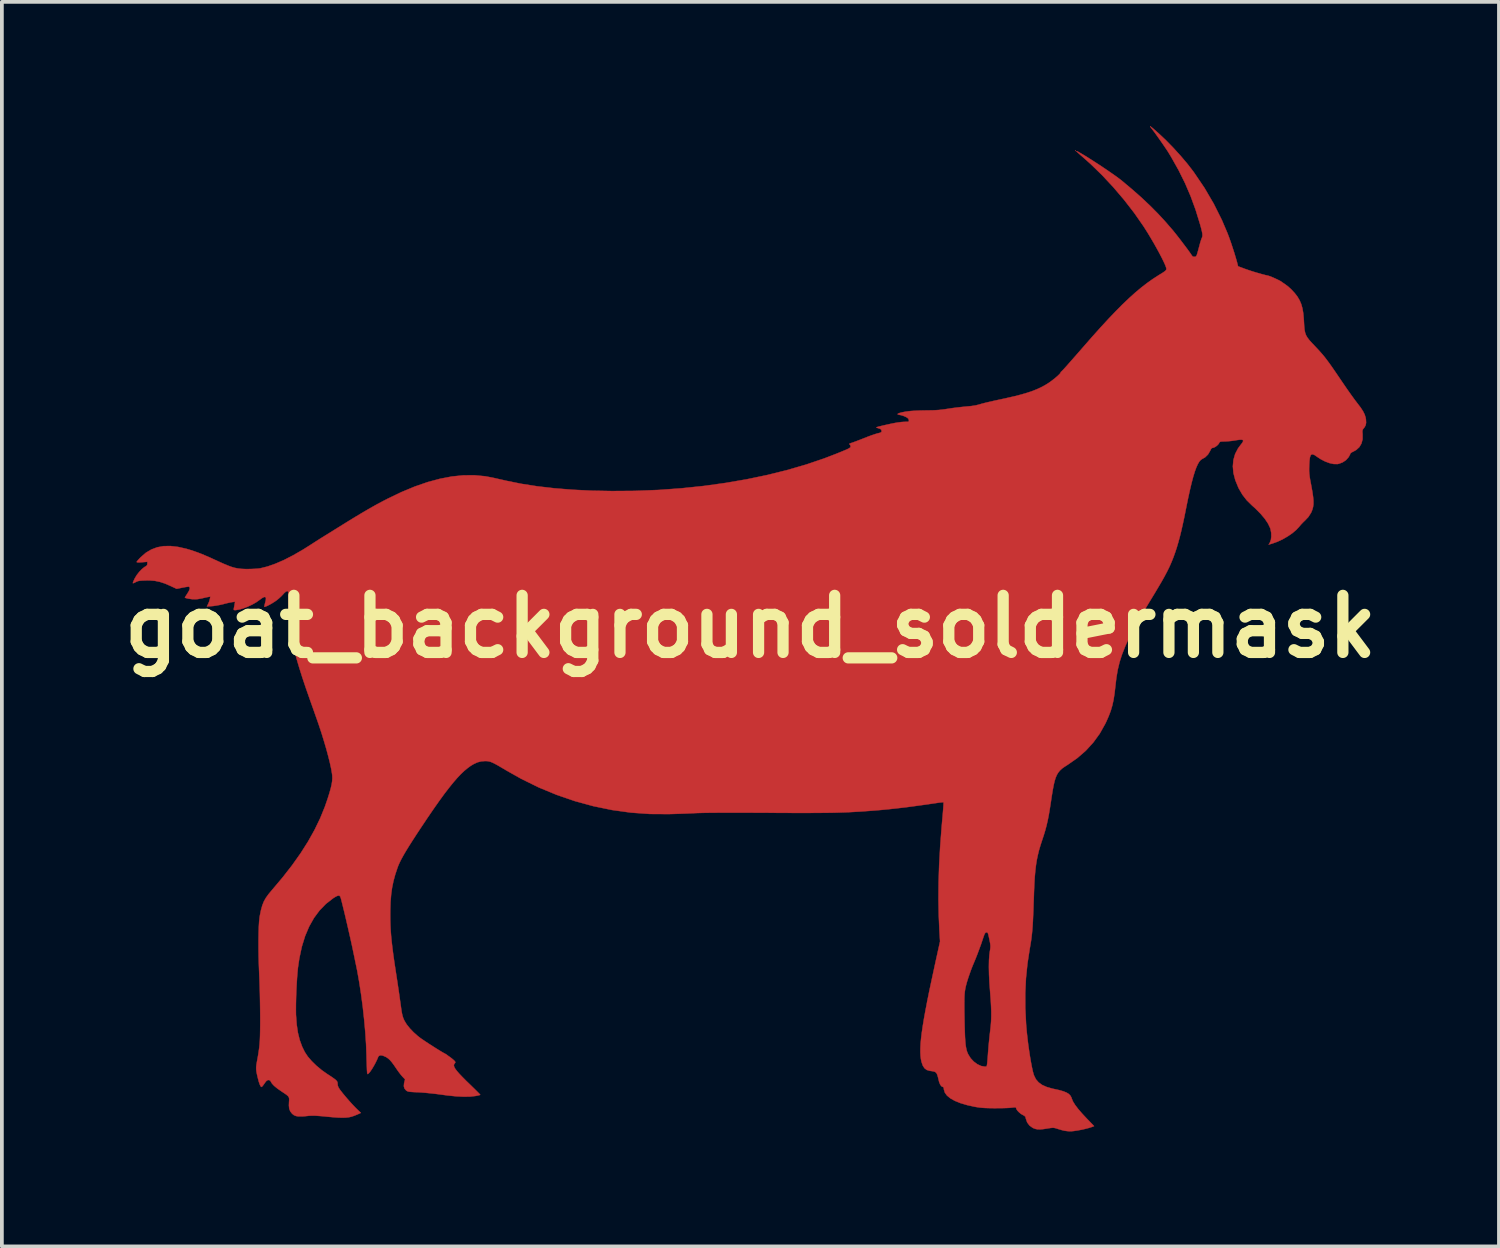
<source format=kicad_pcb>
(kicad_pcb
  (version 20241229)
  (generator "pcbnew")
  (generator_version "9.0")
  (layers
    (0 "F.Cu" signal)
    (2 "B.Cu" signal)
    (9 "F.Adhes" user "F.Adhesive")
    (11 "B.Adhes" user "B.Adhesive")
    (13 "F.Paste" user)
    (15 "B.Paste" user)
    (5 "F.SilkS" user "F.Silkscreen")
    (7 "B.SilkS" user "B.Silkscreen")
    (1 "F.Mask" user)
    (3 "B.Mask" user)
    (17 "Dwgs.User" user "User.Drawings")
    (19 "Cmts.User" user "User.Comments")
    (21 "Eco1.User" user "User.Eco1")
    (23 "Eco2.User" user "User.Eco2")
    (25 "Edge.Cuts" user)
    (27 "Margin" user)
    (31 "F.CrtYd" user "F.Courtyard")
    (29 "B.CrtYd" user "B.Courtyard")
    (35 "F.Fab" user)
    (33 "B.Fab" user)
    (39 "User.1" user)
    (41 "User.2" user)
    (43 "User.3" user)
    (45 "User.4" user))
  (footprint "goat_background_soldermask"
    (layer "F.Cu")
    (at 16.989 13.683)
    (property "Reference" "goat_background_soldermask" (at 0 0 0) (layer "F.SilkS") (effects (font (size 1.524 1.524) (thickness 0.3))))
    (attr through_hole)
    (fp_poly (pts (xy 8.687 -12.708) (xy 8.678 -12.7) (xy 8.67 -12.708) (xy 8.678 -12.717) (xy 8.687 -12.708)) (stroke (width 0.01) (type solid)) (fill yes) (layer "F.Cu"))
    (fp_poly (pts (xy 10.692 -13.351) (xy 10.73 -13.321) (xy 10.791 -13.269) (xy 10.874 -13.195) (xy 10.894 -13.178) (xy 11.091 -12.993) (xy 11.291 -12.788) (xy 11.486 -12.574) (xy 11.669 -12.358) (xy 11.831 -12.148) (xy 11.848 -12.124) (xy 12.127 -11.712) (xy 12.373 -11.291) (xy 12.589 -10.859) (xy 12.739 -10.507) (xy 12.781 -10.396) (xy 12.828 -10.265) (xy 12.875 -10.123) (xy 12.921 -9.981) (xy 12.961 -9.848) (xy 12.994 -9.733) (xy 13.004 -9.692) (xy 13.022 -9.622) (xy 13.21 -9.552) (xy 13.302 -9.52) (xy 13.411 -9.484) (xy 13.528 -9.449) (xy 13.643 -9.416) (xy 13.746 -9.389) (xy 13.829 -9.37) (xy 13.835 -9.368) (xy 13.87 -9.357) (xy 13.926 -9.335) (xy 13.992 -9.306) (xy 14.059 -9.275) (xy 14.119 -9.246) (xy 14.163 -9.222) (xy 14.177 -9.213) (xy 14.203 -9.193) (xy 14.246 -9.164) (xy 14.277 -9.143) (xy 14.36 -9.081) (xy 14.449 -8.999) (xy 14.533 -8.908) (xy 14.603 -8.818) (xy 14.613 -8.803) (xy 14.668 -8.708) (xy 14.71 -8.609) (xy 14.741 -8.498) (xy 14.763 -8.369) (xy 14.777 -8.215) (xy 14.781 -8.148) (xy 14.788 -8.026) (xy 14.797 -7.928) (xy 14.813 -7.849) (xy 14.838 -7.78) (xy 14.876 -7.715) (xy 14.929 -7.646) (xy 15.001 -7.567) (xy 15.069 -7.495) (xy 15.143 -7.417) (xy 15.209 -7.345) (xy 15.271 -7.274) (xy 15.332 -7.201) (xy 15.394 -7.12) (xy 15.461 -7.03) (xy 15.536 -6.924) (xy 15.622 -6.799) (xy 15.722 -6.652) (xy 15.761 -6.594) (xy 15.843 -6.474) (xy 15.925 -6.354) (xy 16.005 -6.24) (xy 16.079 -6.137) (xy 16.142 -6.05) (xy 16.192 -5.985) (xy 16.204 -5.969) (xy 16.293 -5.853) (xy 16.359 -5.752) (xy 16.403 -5.663) (xy 16.429 -5.58) (xy 16.437 -5.528) (xy 16.441 -5.445) (xy 16.43 -5.382) (xy 16.402 -5.327) (xy 16.381 -5.301) (xy 16.357 -5.27) (xy 16.345 -5.241) (xy 16.342 -5.202) (xy 16.347 -5.143) (xy 16.347 -5.134) (xy 16.347 -5.004) (xy 16.317 -4.89) (xy 16.261 -4.794) (xy 16.178 -4.718) (xy 16.108 -4.679) (xy 16.06 -4.655) (xy 16.027 -4.631) (xy 16.019 -4.617) (xy 16.01 -4.591) (xy 15.987 -4.549) (xy 15.968 -4.518) (xy 15.902 -4.445) (xy 15.813 -4.386) (xy 15.714 -4.349) (xy 15.677 -4.341) (xy 15.58 -4.342) (xy 15.468 -4.366) (xy 15.348 -4.41) (xy 15.228 -4.472) (xy 15.126 -4.539) (xy 15.066 -4.581) (xy 15.018 -4.601) (xy 14.983 -4.598) (xy 14.957 -4.57) (xy 14.94 -4.514) (xy 14.929 -4.429) (xy 14.922 -4.313) (xy 14.922 -4.299) (xy 14.92 -4.22) (xy 14.92 -4.152) (xy 14.924 -4.088) (xy 14.932 -4.019) (xy 14.944 -3.938) (xy 14.963 -3.837) (xy 14.978 -3.758) (xy 15.006 -3.601) (xy 15.025 -3.471) (xy 15.035 -3.364) (xy 15.035 -3.273) (xy 15.025 -3.195) (xy 15.006 -3.123) (xy 14.977 -3.053) (xy 14.972 -3.042) (xy 14.899 -2.928) (xy 14.816 -2.84) (xy 14.758 -2.784) (xy 14.7 -2.723) (xy 14.656 -2.671) (xy 14.656 -2.67) (xy 14.576 -2.584) (xy 14.471 -2.495) (xy 14.347 -2.41) (xy 14.212 -2.332) (xy 14.073 -2.267) (xy 13.942 -2.22) (xy 13.838 -2.189) (xy 13.874 -2.249) (xy 13.899 -2.317) (xy 13.91 -2.404) (xy 13.908 -2.5) (xy 13.891 -2.593) (xy 13.879 -2.633) (xy 13.821 -2.755) (xy 13.736 -2.881) (xy 13.623 -3.015) (xy 13.481 -3.158) (xy 13.392 -3.238) (xy 13.252 -3.376) (xy 13.138 -3.523) (xy 13.041 -3.69) (xy 13.028 -3.717) (xy 12.948 -3.912) (xy 12.899 -4.1) (xy 12.883 -4.28) (xy 12.898 -4.45) (xy 12.944 -4.611) (xy 13.022 -4.76) (xy 13.088 -4.849) (xy 13.134 -4.908) (xy 13.157 -4.95) (xy 13.155 -4.978) (xy 13.127 -4.991) (xy 13.07 -4.991) (xy 12.983 -4.98) (xy 12.929 -4.97) (xy 12.841 -4.958) (xy 12.744 -4.949) (xy 12.663 -4.945) (xy 12.596 -4.944) (xy 12.555 -4.939) (xy 12.534 -4.93) (xy 12.523 -4.914) (xy 12.523 -4.912) (xy 12.499 -4.873) (xy 12.457 -4.831) (xy 12.408 -4.796) (xy 12.364 -4.777) (xy 12.353 -4.775) (xy 12.325 -4.769) (xy 12.302 -4.745) (xy 12.277 -4.695) (xy 12.276 -4.693) (xy 12.219 -4.596) (xy 12.141 -4.52) (xy 12.069 -4.48) (xy 12.028 -4.453) (xy 11.988 -4.408) (xy 11.948 -4.341) (xy 11.908 -4.253) (xy 11.867 -4.141) (xy 11.825 -4.003) (xy 11.781 -3.838) (xy 11.735 -3.644) (xy 11.686 -3.42) (xy 11.634 -3.164) (xy 11.633 -3.158) (xy 11.587 -2.928) (xy 11.544 -2.728) (xy 11.504 -2.551) (xy 11.465 -2.393) (xy 11.426 -2.25) (xy 11.387 -2.117) (xy 11.345 -1.989) (xy 11.342 -1.981) (xy 11.296 -1.852) (xy 11.246 -1.727) (xy 11.192 -1.603) (xy 11.129 -1.475) (xy 11.056 -1.337) (xy 10.97 -1.184) (xy 10.868 -1.012) (xy 10.795 -0.889) (xy 10.67 -0.684) (xy 10.562 -0.504) (xy 10.468 -0.347) (xy 10.387 -0.209) (xy 10.317 -0.087) (xy 10.256 0.021) (xy 10.203 0.119) (xy 10.156 0.21) (xy 10.113 0.297) (xy 10.073 0.384) (xy 10.033 0.472) (xy 10.001 0.546) (xy 9.921 0.749) (xy 9.858 0.947) (xy 9.809 1.15) (xy 9.772 1.368) (xy 9.746 1.589) (xy 9.724 1.782) (xy 9.698 1.95) (xy 9.665 2.102) (xy 9.623 2.245) (xy 9.569 2.388) (xy 9.502 2.54) (xy 9.473 2.599) (xy 9.329 2.856) (xy 9.157 3.093) (xy 8.958 3.311) (xy 8.733 3.507) (xy 8.483 3.682) (xy 8.466 3.693) (xy 8.388 3.743) (xy 8.322 3.79) (xy 8.268 3.84) (xy 8.222 3.895) (xy 8.184 3.958) (xy 8.151 4.035) (xy 8.122 4.128) (xy 8.096 4.241) (xy 8.071 4.378) (xy 8.044 4.543) (xy 8.026 4.665) (xy 7.996 4.859) (xy 7.968 5.027) (xy 7.939 5.174) (xy 7.908 5.309) (xy 7.874 5.437) (xy 7.835 5.566) (xy 7.797 5.681) (xy 7.749 5.828) (xy 7.708 5.965) (xy 7.675 6.099) (xy 7.647 6.234) (xy 7.625 6.375) (xy 7.607 6.528) (xy 7.592 6.697) (xy 7.581 6.889) (xy 7.572 7.108) (xy 7.57 7.18) (xy 7.562 7.394) (xy 7.556 7.578) (xy 7.549 7.736) (xy 7.543 7.872) (xy 7.536 7.991) (xy 7.528 8.095) (xy 7.519 8.19) (xy 7.509 8.279) (xy 7.498 8.366) (xy 7.484 8.455) (xy 7.468 8.55) (xy 7.459 8.602) (xy 7.398 9) (xy 7.358 9.391) (xy 7.339 9.783) (xy 7.34 10.185) (xy 7.361 10.605) (xy 7.367 10.685) (xy 7.381 10.838) (xy 7.399 11) (xy 7.419 11.166) (xy 7.443 11.331) (xy 7.467 11.49) (xy 7.493 11.638) (xy 7.518 11.769) (xy 7.542 11.879) (xy 7.565 11.962) (xy 7.574 11.987) (xy 7.624 12.088) (xy 7.696 12.171) (xy 7.791 12.24) (xy 7.913 12.294) (xy 8.065 12.338) (xy 8.108 12.347) (xy 8.249 12.378) (xy 8.359 12.41) (xy 8.443 12.444) (xy 8.504 12.482) (xy 8.547 12.528) (xy 8.575 12.582) (xy 8.583 12.609) (xy 8.614 12.682) (xy 8.671 12.774) (xy 8.754 12.883) (xy 8.861 13.007) (xy 8.975 13.129) (xy 9.178 13.339) (xy 9.131 13.357) (xy 9.05 13.384) (xy 8.951 13.41) (xy 8.841 13.435) (xy 8.732 13.455) (xy 8.632 13.47) (xy 8.552 13.477) (xy 8.528 13.477) (xy 8.464 13.472) (xy 8.396 13.463) (xy 8.383 13.461) (xy 8.326 13.447) (xy 8.254 13.427) (xy 8.201 13.41) (xy 8.149 13.394) (xy 8.108 13.385) (xy 8.068 13.383) (xy 8.018 13.388) (xy 7.946 13.399) (xy 7.935 13.401) (xy 7.824 13.418) (xy 7.737 13.426) (xy 7.669 13.425) (xy 7.61 13.413) (xy 7.554 13.392) (xy 7.538 13.384) (xy 7.454 13.324) (xy 7.391 13.241) (xy 7.356 13.142) (xy 7.354 13.133) (xy 7.343 13.091) (xy 7.317 13.064) (xy 7.275 13.041) (xy 7.223 13.011) (xy 7.172 12.968) (xy 7.128 12.922) (xy 7.101 12.879) (xy 7.095 12.858) (xy 7.091 12.844) (xy 7.075 12.838) (xy 7.04 12.838) (xy 6.979 12.845) (xy 6.972 12.846) (xy 6.915 12.851) (xy 6.833 12.855) (xy 6.732 12.858) (xy 6.622 12.859) (xy 6.519 12.86) (xy 6.386 12.858) (xy 6.278 12.855) (xy 6.187 12.849) (xy 6.104 12.84) (xy 6.02 12.827) (xy 5.986 12.821) (xy 5.783 12.776) (xy 5.606 12.723) (xy 5.458 12.663) (xy 5.339 12.596) (xy 5.249 12.522) (xy 5.192 12.443) (xy 5.166 12.359) (xy 5.165 12.335) (xy 5.157 12.303) (xy 5.142 12.294) (xy 5.104 12.277) (xy 5.069 12.232) (xy 5.04 12.161) (xy 5.024 12.095) (xy 5.008 12.028) (xy 4.99 11.969) (xy 4.973 11.931) (xy 4.953 11.907) (xy 4.929 11.89) (xy 4.892 11.878) (xy 4.834 11.868) (xy 4.789 11.862) (xy 4.71 11.839) (xy 4.648 11.792) (xy 4.601 11.718) (xy 4.567 11.616) (xy 4.553 11.546) (xy 4.543 11.46) (xy 4.538 11.364) (xy 4.539 11.255) (xy 4.545 11.132) (xy 4.558 10.994) (xy 4.577 10.838) (xy 4.603 10.662) (xy 4.635 10.466) (xy 4.675 10.246) (xy 4.697 10.134) (xy 5.712 10.134) (xy 5.713 10.28) (xy 5.716 10.457) (xy 5.716 10.465) (xy 5.72 10.656) (xy 5.725 10.817) (xy 5.73 10.951) (xy 5.737 11.062) (xy 5.745 11.154) (xy 5.756 11.229) (xy 5.769 11.292) (xy 5.784 11.346) (xy 5.803 11.394) (xy 5.816 11.422) (xy 5.881 11.526) (xy 5.965 11.616) (xy 6.06 11.686) (xy 6.161 11.733) (xy 6.26 11.75) (xy 6.291 11.749) (xy 6.308 11.739) (xy 6.317 11.71) (xy 6.323 11.663) (xy 6.328 11.614) (xy 6.334 11.539) (xy 6.341 11.449) (xy 6.348 11.352) (xy 6.351 11.32) (xy 6.36 11.203) (xy 6.373 11.068) (xy 6.387 10.933) (xy 6.401 10.811) (xy 6.402 10.803) (xy 6.417 10.671) (xy 6.427 10.544) (xy 6.432 10.418) (xy 6.432 10.285) (xy 6.427 10.14) (xy 6.418 9.974) (xy 6.403 9.783) (xy 6.401 9.754) (xy 6.383 9.51) (xy 6.372 9.288) (xy 6.368 9.088) (xy 6.371 8.914) (xy 6.381 8.769) (xy 6.393 8.678) (xy 6.404 8.611) (xy 6.409 8.56) (xy 6.409 8.512) (xy 6.402 8.458) (xy 6.389 8.387) (xy 6.38 8.345) (xy 6.363 8.265) (xy 6.35 8.212) (xy 6.339 8.182) (xy 6.326 8.168) (xy 6.311 8.165) (xy 6.301 8.165) (xy 6.283 8.171) (xy 6.267 8.186) (xy 6.25 8.216) (xy 6.231 8.267) (xy 6.205 8.344) (xy 6.198 8.365) (xy 6.161 8.475) (xy 6.114 8.603) (xy 6.064 8.738) (xy 6.013 8.868) (xy 5.965 8.983) (xy 5.943 9.034) (xy 5.918 9.097) (xy 5.886 9.181) (xy 5.852 9.277) (xy 5.819 9.372) (xy 5.792 9.457) (xy 5.784 9.483) (xy 5.764 9.554) (xy 5.748 9.62) (xy 5.735 9.684) (xy 5.725 9.751) (xy 5.718 9.825) (xy 5.714 9.91) (xy 5.712 10.012) (xy 5.712 10.134) (xy 4.697 10.134) (xy 4.722 10.001) (xy 4.777 9.729) (xy 4.841 9.429) (xy 4.912 9.099) (xy 4.935 8.992) (xy 5.064 8.407) (xy 5.047 8.128) (xy 5.029 7.709) (xy 5.021 7.277) (xy 5.025 6.83) (xy 5.04 6.364) (xy 5.067 5.875) (xy 5.106 5.359) (xy 5.132 5.065) (xy 5.141 4.958) (xy 5.149 4.862) (xy 5.154 4.784) (xy 5.157 4.727) (xy 5.157 4.696) (xy 5.156 4.693) (xy 5.136 4.691) (xy 5.091 4.694) (xy 5.03 4.701) (xy 5.007 4.705) (xy 4.706 4.749) (xy 4.431 4.787) (xy 4.178 4.821) (xy 3.94 4.849) (xy 3.712 4.874) (xy 3.488 4.896) (xy 3.262 4.915) (xy 3.217 4.918) (xy 3.068 4.929) (xy 2.924 4.939) (xy 2.782 4.947) (xy 2.64 4.955) (xy 2.494 4.961) (xy 2.34 4.966) (xy 2.178 4.97) (xy 2.002 4.972) (xy 1.811 4.974) (xy 1.601 4.975) (xy 1.369 4.976) (xy 1.113 4.975) (xy 0.829 4.974) (xy 0.515 4.972) (xy 0.483 4.971) (xy 0.172 4.97) (xy -0.117 4.968) (xy -0.383 4.968) (xy -0.624 4.968) (xy -0.84 4.969) (xy -1.028 4.97) (xy -1.188 4.972) (xy -1.316 4.975) (xy -1.413 4.978) (xy -1.422 4.978) (xy -1.558 4.984) (xy -1.715 4.991) (xy -1.88 4.997) (xy -2.039 5.002) (xy -2.176 5.006) (xy -2.685 5.003) (xy -3.191 4.967) (xy -3.695 4.897) (xy -4.195 4.794) (xy -4.688 4.659) (xy -5.175 4.492) (xy -5.653 4.294) (xy -6.122 4.063) (xy -6.511 3.844) (xy -6.636 3.77) (xy -6.736 3.711) (xy -6.816 3.667) (xy -6.88 3.635) (xy -6.933 3.613) (xy -6.978 3.6) (xy -7.021 3.593) (xy -7.064 3.59) (xy -7.082 3.59) (xy -7.19 3.598) (xy -7.29 3.624) (xy -7.393 3.672) (xy -7.474 3.721) (xy -7.557 3.782) (xy -7.645 3.855) (xy -7.736 3.942) (xy -7.834 4.046) (xy -7.938 4.167) (xy -8.051 4.307) (xy -8.174 4.467) (xy -8.307 4.65) (xy -8.452 4.856) (xy -8.611 5.088) (xy -8.784 5.347) (xy -8.895 5.515) (xy -9.014 5.698) (xy -9.114 5.855) (xy -9.198 5.992) (xy -9.267 6.11) (xy -9.323 6.212) (xy -9.368 6.302) (xy -9.403 6.382) (xy -9.423 6.435) (xy -9.485 6.621) (xy -9.533 6.798) (xy -9.569 6.974) (xy -9.594 7.157) (xy -9.61 7.354) (xy -9.617 7.573) (xy -9.618 7.693) (xy -9.617 7.834) (xy -9.613 7.972) (xy -9.606 8.112) (xy -9.595 8.257) (xy -9.58 8.412) (xy -9.56 8.581) (xy -9.536 8.768) (xy -9.506 8.977) (xy -9.47 9.214) (xy -9.447 9.364) (xy -9.427 9.493) (xy -9.405 9.643) (xy -9.382 9.799) (xy -9.361 9.949) (xy -9.347 10.048) (xy -9.33 10.169) (xy -9.317 10.262) (xy -9.304 10.333) (xy -9.291 10.389) (xy -9.277 10.435) (xy -9.261 10.477) (xy -9.24 10.522) (xy -9.238 10.526) (xy -9.18 10.622) (xy -9.097 10.726) (xy -8.997 10.831) (xy -8.886 10.93) (xy -8.809 10.99) (xy -8.749 11.031) (xy -8.672 11.083) (xy -8.584 11.141) (xy -8.49 11.201) (xy -8.398 11.26) (xy -8.314 11.312) (xy -8.243 11.355) (xy -8.193 11.384) (xy -8.185 11.388) (xy -8.143 11.411) (xy -8.115 11.428) (xy -8.111 11.431) (xy -8.093 11.445) (xy -8.057 11.472) (xy -8.026 11.493) (xy -7.974 11.532) (xy -7.927 11.572) (xy -7.909 11.589) (xy -7.883 11.62) (xy -7.879 11.64) (xy -7.895 11.662) (xy -7.899 11.666) (xy -7.915 11.692) (xy -7.919 11.723) (xy -7.908 11.761) (xy -7.882 11.808) (xy -7.838 11.866) (xy -7.776 11.938) (xy -7.692 12.026) (xy -7.586 12.133) (xy -7.479 12.236) (xy -7.401 12.312) (xy -7.333 12.379) (xy -7.277 12.435) (xy -7.236 12.476) (xy -7.216 12.499) (xy -7.214 12.502) (xy -7.229 12.509) (xy -7.269 12.519) (xy -7.327 12.531) (xy -7.336 12.533) (xy -7.48 12.55) (xy -7.654 12.553) (xy -7.858 12.543) (xy -8.092 12.519) (xy -8.255 12.497) (xy -8.391 12.479) (xy -8.534 12.463) (xy -8.673 12.449) (xy -8.798 12.439) (xy -8.888 12.434) (xy -8.988 12.43) (xy -9.06 12.425) (xy -9.111 12.42) (xy -9.145 12.412) (xy -9.17 12.402) (xy -9.191 12.388) (xy -9.195 12.384) (xy -9.238 12.333) (xy -9.255 12.272) (xy -9.248 12.193) (xy -9.243 12.172) (xy -9.222 12.09) (xy -9.291 12.018) (xy -9.332 11.97) (xy -9.383 11.905) (xy -9.433 11.835) (xy -9.449 11.811) (xy -9.519 11.709) (xy -9.576 11.632) (xy -9.626 11.575) (xy -9.672 11.533) (xy -9.72 11.5) (xy -9.734 11.492) (xy -9.816 11.456) (xy -9.879 11.447) (xy -9.922 11.464) (xy -9.941 11.493) (xy -9.972 11.567) (xy -10.013 11.651) (xy -10.06 11.737) (xy -10.106 11.814) (xy -10.147 11.874) (xy -10.162 11.894) (xy -10.198 11.933) (xy -10.217 11.949) (xy -10.227 11.945) (xy -10.233 11.922) (xy -10.234 11.921) (xy -10.236 11.893) (xy -10.24 11.836) (xy -10.243 11.755) (xy -10.246 11.657) (xy -10.25 11.544) (xy -10.252 11.455) (xy -10.263 11.157) (xy -10.284 10.836) (xy -10.314 10.501) (xy -10.351 10.16) (xy -10.396 9.822) (xy -10.446 9.496) (xy -10.5 9.191) (xy -10.525 9.068) (xy -10.541 8.993) (xy -10.557 8.916) (xy -10.567 8.865) (xy -10.597 8.722) (xy -10.631 8.558) (xy -10.67 8.38) (xy -10.712 8.194) (xy -10.755 8.006) (xy -10.798 7.821) (xy -10.839 7.646) (xy -10.878 7.487) (xy -10.912 7.349) (xy -10.938 7.25) (xy -10.955 7.206) (xy -10.979 7.184) (xy -11.014 7.184) (xy -11.066 7.206) (xy -11.138 7.25) (xy -11.146 7.256) (xy -11.336 7.404) (xy -11.506 7.579) (xy -11.655 7.78) (xy -11.784 8.009) (xy -11.892 8.264) (xy -11.979 8.546) (xy -12.045 8.854) (xy -12.083 9.11) (xy -12.095 9.237) (xy -12.107 9.387) (xy -12.117 9.553) (xy -12.126 9.727) (xy -12.132 9.902) (xy -12.136 10.069) (xy -12.137 10.22) (xy -12.136 10.348) (xy -12.134 10.384) (xy -12.116 10.627) (xy -12.084 10.844) (xy -12.036 11.038) (xy -11.971 11.216) (xy -11.899 11.362) (xy -11.821 11.48) (xy -11.715 11.603) (xy -11.589 11.726) (xy -11.447 11.844) (xy -11.303 11.946) (xy -11.207 12.008) (xy -11.136 12.057) (xy -11.086 12.094) (xy -11.054 12.124) (xy -11.035 12.15) (xy -11.026 12.176) (xy -11.024 12.205) (xy -11.024 12.215) (xy -11.018 12.262) (xy -10.998 12.309) (xy -10.96 12.367) (xy -10.953 12.377) (xy -10.889 12.459) (xy -10.81 12.554) (xy -10.724 12.654) (xy -10.638 12.75) (xy -10.558 12.834) (xy -10.503 12.889) (xy -10.402 12.985) (xy -10.497 13.028) (xy -10.575 13.06) (xy -10.648 13.085) (xy -10.722 13.102) (xy -10.802 13.111) (xy -10.893 13.114) (xy -11.002 13.111) (xy -11.133 13.102) (xy -11.287 13.088) (xy -11.417 13.075) (xy -11.52 13.067) (xy -11.602 13.061) (xy -11.671 13.059) (xy -11.731 13.06) (xy -11.791 13.063) (xy -11.855 13.07) (xy -11.864 13.071) (xy -11.978 13.08) (xy -12.066 13.08) (xy -12.134 13.069) (xy -12.188 13.047) (xy -12.234 13.011) (xy -12.241 13.004) (xy -12.287 12.945) (xy -12.315 12.876) (xy -12.324 12.789) (xy -12.321 12.7) (xy -12.317 12.643) (xy -12.318 12.6) (xy -12.327 12.565) (xy -12.35 12.534) (xy -12.39 12.5) (xy -12.451 12.458) (xy -12.519 12.413) (xy -12.634 12.333) (xy -12.719 12.263) (xy -12.775 12.203) (xy -12.802 12.158) (xy -12.825 12.12) (xy -12.86 12.108) (xy -12.869 12.107) (xy -12.899 12.113) (xy -12.928 12.135) (xy -12.962 12.178) (xy -12.977 12.2) (xy -13.011 12.248) (xy -13.039 12.282) (xy -13.055 12.294) (xy -13.078 12.277) (xy -13.102 12.228) (xy -13.129 12.15) (xy -13.153 12.057) (xy -13.176 11.959) (xy -13.191 11.883) (xy -13.198 11.822) (xy -13.198 11.763) (xy -13.191 11.698) (xy -13.177 11.616) (xy -13.167 11.561) (xy -13.148 11.455) (xy -13.13 11.34) (xy -13.115 11.23) (xy -13.107 11.151) (xy -13.1 11.055) (xy -13.095 10.929) (xy -13.092 10.779) (xy -13.09 10.608) (xy -13.09 10.42) (xy -13.092 10.221) (xy -13.095 10.013) (xy -13.099 9.803) (xy -13.105 9.593) (xy -13.112 9.389) (xy -13.116 9.296) (xy -13.126 9.049) (xy -13.133 8.81) (xy -13.136 8.585) (xy -13.136 8.375) (xy -13.133 8.184) (xy -13.128 8.016) (xy -13.119 7.874) (xy -13.107 7.76) (xy -13.099 7.713) (xy -13.069 7.567) (xy -13.035 7.446) (xy -12.994 7.342) (xy -12.94 7.245) (xy -12.87 7.147) (xy -12.78 7.039) (xy -12.779 7.038) (xy -12.494 6.7) (xy -12.239 6.373) (xy -12.013 6.054) (xy -11.814 5.741) (xy -11.64 5.43) (xy -11.49 5.12) (xy -11.363 4.808) (xy -11.289 4.593) (xy -11.242 4.443) (xy -11.207 4.319) (xy -11.183 4.215) (xy -11.169 4.126) (xy -11.164 4.047) (xy -11.167 3.971) (xy -11.173 3.925) (xy -11.195 3.795) (xy -11.229 3.639) (xy -11.273 3.462) (xy -11.325 3.269) (xy -11.385 3.065) (xy -11.449 2.856) (xy -11.518 2.646) (xy -11.575 2.481) (xy -11.617 2.363) (xy -11.664 2.229) (xy -11.712 2.094) (xy -11.755 1.973) (xy -11.764 1.947) (xy -11.872 1.639) (xy -11.966 1.358) (xy -12.047 1.101) (xy -12.117 0.865) (xy -12.176 0.647) (xy -12.224 0.444) (xy -12.262 0.251) (xy -12.291 0.067) (xy -12.313 -0.113) (xy -12.326 -0.292) (xy -12.333 -0.472) (xy -12.335 -0.588) (xy -12.335 -0.707) (xy -12.335 -0.797) (xy -12.337 -0.861) (xy -12.34 -0.904) (xy -12.344 -0.93) (xy -12.351 -0.943) (xy -12.36 -0.948) (xy -12.371 -0.948) (xy -12.405 -0.934) (xy -12.45 -0.895) (xy -12.477 -0.865) (xy -12.527 -0.812) (xy -12.591 -0.753) (xy -12.653 -0.702) (xy -12.708 -0.664) (xy -12.772 -0.624) (xy -12.837 -0.587) (xy -12.898 -0.556) (xy -12.946 -0.535) (xy -12.975 -0.527) (xy -12.98 -0.529) (xy -12.98 -0.548) (xy -12.971 -0.588) (xy -12.963 -0.62) (xy -12.941 -0.705) (xy -12.938 -0.762) (xy -12.953 -0.79) (xy -12.987 -0.79) (xy -13.04 -0.763) (xy -13.105 -0.715) (xy -13.197 -0.65) (xy -13.306 -0.588) (xy -13.423 -0.533) (xy -13.541 -0.488) (xy -13.65 -0.456) (xy -13.743 -0.441) (xy -13.763 -0.44) (xy -13.791 -0.444) (xy -13.799 -0.46) (xy -13.793 -0.495) (xy -13.781 -0.554) (xy -13.772 -0.607) (xy -13.762 -0.664) (xy -13.836 -0.655) (xy -13.886 -0.646) (xy -13.957 -0.631) (xy -14.036 -0.612) (xy -14.07 -0.602) (xy -14.161 -0.581) (xy -14.261 -0.562) (xy -14.352 -0.549) (xy -14.373 -0.548) (xy -14.515 -0.537) (xy -14.481 -0.604) (xy -14.456 -0.663) (xy -14.437 -0.725) (xy -14.435 -0.736) (xy -14.422 -0.801) (xy -14.488 -0.79) (xy -14.544 -0.779) (xy -14.612 -0.763) (xy -14.647 -0.754) (xy -14.769 -0.733) (xy -14.899 -0.731) (xy -15.017 -0.748) (xy -15.064 -0.76) (xy -15.095 -0.769) (xy -15.102 -0.772) (xy -15.096 -0.787) (xy -15.075 -0.822) (xy -15.043 -0.871) (xy -15.038 -0.878) (xy -14.994 -0.952) (xy -14.972 -1.01) (xy -14.972 -1.048) (xy -14.995 -1.066) (xy -15.005 -1.067) (xy -15.038 -1.063) (xy -15.093 -1.055) (xy -15.161 -1.042) (xy -15.181 -1.038) (xy -15.321 -1.009) (xy -15.488 -1.087) (xy -15.638 -1.152) (xy -15.774 -1.196) (xy -15.905 -1.223) (xy -16.044 -1.234) (xy -16.146 -1.233) (xy -16.237 -1.23) (xy -16.301 -1.225) (xy -16.347 -1.217) (xy -16.383 -1.205) (xy -16.415 -1.189) (xy -16.456 -1.168) (xy -16.485 -1.159) (xy -16.491 -1.16) (xy -16.488 -1.179) (xy -16.472 -1.22) (xy -16.447 -1.275) (xy -16.436 -1.296) (xy -16.386 -1.378) (xy -16.322 -1.46) (xy -16.252 -1.533) (xy -16.184 -1.589) (xy -16.142 -1.613) (xy -16.111 -1.641) (xy -16.104 -1.681) (xy -16.104 -1.731) (xy -16.248 -1.719) (xy -16.328 -1.714) (xy -16.375 -1.716) (xy -16.391 -1.725) (xy -16.391 -1.725) (xy -16.38 -1.744) (xy -16.35 -1.78) (xy -16.306 -1.828) (xy -16.276 -1.858) (xy -16.143 -1.973) (xy -15.998 -2.059) (xy -15.842 -2.118) (xy -15.671 -2.149) (xy -15.486 -2.152) (xy -15.283 -2.128) (xy -15.061 -2.078) (xy -14.952 -2.045) (xy -14.854 -2.013) (xy -14.761 -1.98) (xy -14.666 -1.944) (xy -14.564 -1.901) (xy -14.447 -1.851) (xy -14.31 -1.788) (xy -14.227 -1.75) (xy -14.085 -1.686) (xy -13.967 -1.636) (xy -13.866 -1.598) (xy -13.776 -1.571) (xy -13.69 -1.554) (xy -13.602 -1.543) (xy -13.505 -1.538) (xy -13.428 -1.537) (xy -13.332 -1.539) (xy -13.236 -1.543) (xy -13.152 -1.549) (xy -13.091 -1.557) (xy -13.089 -1.557) (xy -12.896 -1.605) (xy -12.683 -1.68) (xy -12.453 -1.78) (xy -12.208 -1.906) (xy -11.948 -2.056) (xy -11.797 -2.151) (xy -11.703 -2.211) (xy -11.617 -2.267) (xy -11.541 -2.315) (xy -11.483 -2.352) (xy -11.446 -2.375) (xy -11.441 -2.378) (xy -11.414 -2.395) (xy -11.361 -2.428) (xy -11.288 -2.473) (xy -11.199 -2.528) (xy -11.097 -2.592) (xy -10.986 -2.661) (xy -10.947 -2.685) (xy -10.738 -2.815) (xy -10.552 -2.929) (xy -10.385 -3.029) (xy -10.235 -3.117) (xy -10.095 -3.197) (xy -9.963 -3.271) (xy -9.833 -3.34) (xy -9.702 -3.408) (xy -9.694 -3.412) (xy -9.322 -3.591) (xy -8.964 -3.74) (xy -8.62 -3.859) (xy -8.29 -3.948) (xy -7.971 -4.009) (xy -7.665 -4.04) (xy -7.369 -4.042) (xy -7.083 -4.015) (xy -6.892 -3.979) (xy -6.818 -3.963) (xy -6.723 -3.941) (xy -6.62 -3.918) (xy -6.521 -3.895) (xy -6.12 -3.814) (xy -5.691 -3.747) (xy -5.233 -3.694) (xy -4.747 -3.655) (xy -4.236 -3.63) (xy -3.7 -3.62) (xy -3.14 -3.624) (xy -3.053 -3.626) (xy -2.444 -3.65) (xy -1.84 -3.694) (xy -1.246 -3.756) (xy -0.663 -3.837) (xy -0.094 -3.935) (xy 0.457 -4.05) (xy 0.987 -4.182) (xy 1.495 -4.33) (xy 1.977 -4.494) (xy 2.261 -4.603) (xy 2.386 -4.653) (xy 2.482 -4.693) (xy 2.555 -4.723) (xy 2.607 -4.747) (xy 2.641 -4.766) (xy 2.661 -4.781) (xy 2.672 -4.794) (xy 2.675 -4.808) (xy 2.675 -4.817) (xy 2.664 -4.852) (xy 2.646 -4.868) (xy 2.637 -4.878) (xy 2.657 -4.89) (xy 2.706 -4.908) (xy 2.709 -4.909) (xy 2.759 -4.926) (xy 2.832 -4.953) (xy 2.918 -4.986) (xy 3.01 -5.022) (xy 3.04 -5.034) (xy 3.134 -5.071) (xy 3.228 -5.106) (xy 3.313 -5.135) (xy 3.378 -5.155) (xy 3.392 -5.159) (xy 3.452 -5.174) (xy 3.486 -5.187) (xy 3.501 -5.202) (xy 3.503 -5.223) (xy 3.502 -5.23) (xy 3.49 -5.263) (xy 3.458 -5.284) (xy 3.435 -5.291) (xy 3.392 -5.305) (xy 3.365 -5.317) (xy 3.362 -5.319) (xy 3.374 -5.326) (xy 3.413 -5.338) (xy 3.474 -5.353) (xy 3.55 -5.372) (xy 3.636 -5.391) (xy 3.726 -5.411) (xy 3.813 -5.429) (xy 3.893 -5.444) (xy 3.945 -5.452) (xy 4.021 -5.462) (xy 4.1 -5.468) (xy 4.146 -5.469) (xy 4.198 -5.47) (xy 4.224 -5.476) (xy 4.232 -5.491) (xy 4.23 -5.516) (xy 4.219 -5.549) (xy 4.19 -5.577) (xy 4.145 -5.602) (xy 4.083 -5.628) (xy 4.02 -5.647) (xy 3.997 -5.651) (xy 3.954 -5.66) (xy 3.93 -5.671) (xy 3.929 -5.674) (xy 3.944 -5.69) (xy 3.988 -5.706) (xy 4.054 -5.723) (xy 4.137 -5.739) (xy 4.23 -5.752) (xy 4.293 -5.758) (xy 4.38 -5.764) (xy 4.489 -5.769) (xy 4.606 -5.772) (xy 4.72 -5.774) (xy 4.745 -5.774) (xy 4.897 -5.777) (xy 5.032 -5.785) (xy 5.168 -5.801) (xy 5.262 -5.815) (xy 5.379 -5.833) (xy 5.511 -5.85) (xy 5.643 -5.865) (xy 5.757 -5.876) (xy 5.9 -5.89) (xy 6.016 -5.908) (xy 6.11 -5.931) (xy 6.127 -5.937) (xy 6.183 -5.953) (xy 6.264 -5.974) (xy 6.365 -5.998) (xy 6.477 -6.024) (xy 6.593 -6.049) (xy 6.62 -6.055) (xy 6.854 -6.106) (xy 7.059 -6.153) (xy 7.237 -6.199) (xy 7.393 -6.245) (xy 7.53 -6.291) (xy 7.651 -6.339) (xy 7.761 -6.39) (xy 7.864 -6.445) (xy 7.95 -6.498) (xy 8.014 -6.542) (xy 8.081 -6.593) (xy 8.146 -6.645) (xy 8.204 -6.695) (xy 8.249 -6.738) (xy 8.276 -6.768) (xy 8.28 -6.779) (xy 8.293 -6.803) (xy 8.311 -6.818) (xy 8.328 -6.835) (xy 8.365 -6.874) (xy 8.42 -6.934) (xy 8.489 -7.012) (xy 8.572 -7.106) (xy 8.665 -7.212) (xy 8.767 -7.328) (xy 8.875 -7.452) (xy 8.883 -7.461) (xy 9.126 -7.739) (xy 9.351 -7.99) (xy 9.56 -8.217) (xy 9.756 -8.422) (xy 9.939 -8.607) (xy 10.113 -8.772) (xy 10.278 -8.921) (xy 10.437 -9.054) (xy 10.591 -9.173) (xy 10.743 -9.281) (xy 10.894 -9.379) (xy 10.933 -9.403) (xy 11.008 -9.449) (xy 11.058 -9.483) (xy 11.088 -9.508) (xy 11.103 -9.529) (xy 11.108 -9.551) (xy 11.108 -9.555) (xy 11.099 -9.595) (xy 11.075 -9.659) (xy 11.036 -9.745) (xy 10.985 -9.849) (xy 10.924 -9.966) (xy 10.855 -10.093) (xy 10.78 -10.227) (xy 10.7 -10.363) (xy 10.619 -10.499) (xy 10.537 -10.629) (xy 10.489 -10.703) (xy 10.247 -11.05) (xy 9.979 -11.396) (xy 9.692 -11.733) (xy 9.392 -12.055) (xy 9.085 -12.353) (xy 8.922 -12.499) (xy 8.85 -12.562) (xy 8.789 -12.616) (xy 8.741 -12.659) (xy 8.711 -12.687) (xy 8.704 -12.695) (xy 8.717 -12.695) (xy 8.755 -12.678) (xy 8.814 -12.645) (xy 8.89 -12.6) (xy 8.982 -12.545) (xy 9.084 -12.48) (xy 9.193 -12.41) (xy 9.308 -12.336) (xy 9.423 -12.259) (xy 9.536 -12.183) (xy 9.643 -12.109) (xy 9.741 -12.04) (xy 9.826 -11.978) (xy 9.896 -11.925) (xy 9.915 -11.91) (xy 10.189 -11.68) (xy 10.438 -11.461) (xy 10.666 -11.246) (xy 10.88 -11.031) (xy 11.083 -10.811) (xy 11.282 -10.581) (xy 11.287 -10.575) (xy 11.337 -10.513) (xy 11.398 -10.436) (xy 11.466 -10.349) (xy 11.535 -10.258) (xy 11.604 -10.167) (xy 11.667 -10.083) (xy 11.72 -10.01) (xy 11.76 -9.953) (xy 11.781 -9.921) (xy 11.809 -9.885) (xy 11.843 -9.875) (xy 11.862 -9.876) (xy 11.882 -9.879) (xy 11.898 -9.886) (xy 11.911 -9.904) (xy 11.925 -9.937) (xy 11.941 -9.99) (xy 11.962 -10.069) (xy 11.973 -10.109) (xy 11.996 -10.196) (xy 12.018 -10.273) (xy 12.037 -10.333) (xy 12.051 -10.37) (xy 12.053 -10.375) (xy 12.066 -10.406) (xy 12.071 -10.442) (xy 12.069 -10.49) (xy 12.057 -10.555) (xy 12.036 -10.641) (xy 12.007 -10.746) (xy 11.888 -11.132) (xy 11.755 -11.495) (xy 11.605 -11.845) (xy 11.433 -12.191) (xy 11.237 -12.539) (xy 11.155 -12.675) (xy 11.119 -12.73) (xy 11.069 -12.804) (xy 11.01 -12.89) (xy 10.946 -12.982) (xy 10.882 -13.073) (xy 10.823 -13.156) (xy 10.772 -13.225) (xy 10.736 -13.272) (xy 10.735 -13.273) (xy 10.698 -13.321) (xy 10.677 -13.35) (xy 10.675 -13.361) (xy 10.692 -13.351)) (stroke (width 0.01) (type solid)) (fill yes) (layer "F.Cu"))
    (fp_poly (pts (xy 6.333 8.173) (xy 6.344 8.195) (xy 6.356 8.236) (xy 6.371 8.301) (xy 6.38 8.345) (xy 6.397 8.428) (xy 6.407 8.488) (xy 6.41 8.538) (xy 6.407 8.586) (xy 6.399 8.645) (xy 6.393 8.678) (xy 6.378 8.8) (xy 6.37 8.952) (xy 6.369 9.132) (xy 6.374 9.337) (xy 6.387 9.565) (xy 6.401 9.754) (xy 6.416 9.949) (xy 6.426 10.118) (xy 6.432 10.266) (xy 6.432 10.4) (xy 6.428 10.527) (xy 6.418 10.653) (xy 6.404 10.784) (xy 6.402 10.803) (xy 6.388 10.923) (xy 6.374 11.058) (xy 6.361 11.194) (xy 6.351 11.312) (xy 6.351 11.32) (xy 6.341 11.452) (xy 6.334 11.554) (xy 6.327 11.629) (xy 6.321 11.683) (xy 6.313 11.718) (xy 6.305 11.738) (xy 6.294 11.748) (xy 6.28 11.751) (xy 6.262 11.75) (xy 6.26 11.75) (xy 6.202 11.743) (xy 6.155 11.731) (xy 6.034 11.67) (xy 5.928 11.582) (xy 5.843 11.472) (xy 5.816 11.422) (xy 5.795 11.375) (xy 5.777 11.324) (xy 5.763 11.267) (xy 5.751 11.2) (xy 5.741 11.118) (xy 5.734 11.019) (xy 5.728 10.899) (xy 5.723 10.754) (xy 5.718 10.58) (xy 5.716 10.465) (xy 5.713 10.275) (xy 5.712 10.114) (xy 5.712 10.084) (xy 5.78 10.084) (xy 5.78 10.188) (xy 5.782 10.316) (xy 5.784 10.45) (xy 5.789 10.653) (xy 5.795 10.825) (xy 5.804 10.97) (xy 5.816 11.092) (xy 5.832 11.193) (xy 5.852 11.277) (xy 5.878 11.348) (xy 5.909 11.409) (xy 5.948 11.463) (xy 5.993 11.513) (xy 6.002 11.522) (xy 6.047 11.561) (xy 6.103 11.601) (xy 6.16 11.636) (xy 6.208 11.66) (xy 6.235 11.667) (xy 6.244 11.652) (xy 6.253 11.614) (xy 6.255 11.595) (xy 6.26 11.553) (xy 6.266 11.485) (xy 6.272 11.399) (xy 6.28 11.303) (xy 6.283 11.261) (xy 6.292 11.142) (xy 6.305 11.005) (xy 6.319 10.867) (xy 6.334 10.742) (xy 6.336 10.727) (xy 6.349 10.612) (xy 6.358 10.5) (xy 6.362 10.388) (xy 6.362 10.267) (xy 6.357 10.133) (xy 6.347 9.981) (xy 6.333 9.803) (xy 6.325 9.711) (xy 6.315 9.581) (xy 6.308 9.437) (xy 6.303 9.285) (xy 6.301 9.132) (xy 6.301 8.985) (xy 6.304 8.851) (xy 6.309 8.737) (xy 6.317 8.649) (xy 6.318 8.644) (xy 6.327 8.56) (xy 6.327 8.496) (xy 6.318 8.44) (xy 6.316 8.433) (xy 6.296 8.357) (xy 6.232 8.534) (xy 6.204 8.611) (xy 6.167 8.709) (xy 6.124 8.819) (xy 6.08 8.932) (xy 6.048 9.01) (xy 5.987 9.165) (xy 5.937 9.295) (xy 5.897 9.407) (xy 5.865 9.507) (xy 5.839 9.6) (xy 5.817 9.693) (xy 5.808 9.738) (xy 5.799 9.786) (xy 5.791 9.832) (xy 5.786 9.88) (xy 5.782 9.935) (xy 5.78 10.002) (xy 5.78 10.084) (xy 5.712 10.084) (xy 5.713 9.976) (xy 5.718 9.856) (xy 5.727 9.748) (xy 5.743 9.647) (xy 5.764 9.547) (xy 5.794 9.443) (xy 5.831 9.33) (xy 5.879 9.203) (xy 5.937 9.055) (xy 5.999 8.898) (xy 6.045 8.783) (xy 6.091 8.663) (xy 6.133 8.549) (xy 6.17 8.447) (xy 6.197 8.368) (xy 6.198 8.365) (xy 6.226 8.282) (xy 6.246 8.226) (xy 6.263 8.191) (xy 6.279 8.173) (xy 6.297 8.166) (xy 6.301 8.165) (xy 6.319 8.165) (xy 6.333 8.173)) (stroke (width 0.01) (type solid)) (fill yes) (layer "F.Mask"))
    (fp_poly (pts (xy 10.425 -13.673) (xy 10.465 -13.652) (xy 10.522 -13.613) (xy 10.6 -13.554) (xy 10.609 -13.546) (xy 10.989 -13.22) (xy 11.342 -12.873) (xy 11.668 -12.507) (xy 11.966 -12.12) (xy 12.236 -11.715) (xy 12.479 -11.29) (xy 12.693 -10.847) (xy 12.807 -10.575) (xy 12.849 -10.463) (xy 12.895 -10.332) (xy 12.943 -10.191) (xy 12.989 -10.049) (xy 13.029 -9.915) (xy 13.062 -9.8) (xy 13.072 -9.76) (xy 13.09 -9.69) (xy 13.277 -9.62) (xy 13.369 -9.587) (xy 13.479 -9.552) (xy 13.596 -9.517) (xy 13.711 -9.484) (xy 13.814 -9.456) (xy 13.896 -9.437) (xy 13.902 -9.436) (xy 13.938 -9.425) (xy 13.993 -9.403) (xy 14.06 -9.374) (xy 14.127 -9.343) (xy 14.187 -9.314) (xy 14.23 -9.29) (xy 14.244 -9.281) (xy 14.27 -9.261) (xy 14.314 -9.231) (xy 14.345 -9.211) (xy 14.428 -9.148) (xy 14.516 -9.066) (xy 14.601 -8.975) (xy 14.671 -8.885) (xy 14.681 -8.871) (xy 14.735 -8.776) (xy 14.778 -8.677) (xy 14.809 -8.566) (xy 14.83 -8.437) (xy 14.845 -8.283) (xy 14.848 -8.216) (xy 14.855 -8.093) (xy 14.865 -7.996) (xy 14.881 -7.917) (xy 14.906 -7.848) (xy 14.943 -7.783) (xy 14.997 -7.714) (xy 15.068 -7.634) (xy 15.137 -7.563) (xy 15.211 -7.485) (xy 15.277 -7.413) (xy 15.339 -7.342) (xy 15.4 -7.268) (xy 15.462 -7.188) (xy 15.529 -7.097) (xy 15.604 -6.992) (xy 15.69 -6.867) (xy 15.79 -6.719) (xy 15.829 -6.662) (xy 15.91 -6.541) (xy 15.993 -6.421) (xy 16.073 -6.307) (xy 16.147 -6.205) (xy 16.21 -6.118) (xy 16.26 -6.052) (xy 16.272 -6.037) (xy 16.355 -5.93) (xy 16.416 -5.838) (xy 16.46 -5.756) (xy 16.49 -5.675) (xy 16.509 -5.591) (xy 16.521 -5.468) (xy 16.509 -5.358) (xy 16.475 -5.268) (xy 16.447 -5.229) (xy 16.433 -5.198) (xy 16.424 -5.139) (xy 16.419 -5.051) (xy 16.419 -5.043) (xy 16.404 -4.903) (xy 16.368 -4.788) (xy 16.31 -4.699) (xy 16.229 -4.635) (xy 16.155 -4.604) (xy 16.105 -4.582) (xy 16.087 -4.557) (xy 16.087 -4.555) (xy 16.073 -4.509) (xy 16.039 -4.454) (xy 15.989 -4.397) (xy 15.931 -4.347) (xy 15.896 -4.325) (xy 15.855 -4.303) (xy 15.818 -4.289) (xy 15.778 -4.281) (xy 15.724 -4.277) (xy 15.649 -4.277) (xy 15.621 -4.277) (xy 15.493 -4.282) (xy 15.385 -4.301) (xy 15.287 -4.335) (xy 15.185 -4.388) (xy 15.131 -4.422) (xy 15.072 -4.459) (xy 15.034 -4.474) (xy 15.013 -4.47) (xy 15.013 -4.47) (xy 15.005 -4.445) (xy 14.999 -4.391) (xy 14.995 -4.312) (xy 14.995 -4.254) (xy 14.997 -4.147) (xy 15.005 -4.05) (xy 15.02 -3.948) (xy 15.044 -3.829) (xy 15.045 -3.827) (xy 15.066 -3.724) (xy 15.08 -3.637) (xy 15.089 -3.554) (xy 15.094 -3.463) (xy 15.095 -3.352) (xy 15.095 -3.344) (xy 15.095 -3.246) (xy 15.094 -3.175) (xy 15.091 -3.122) (xy 15.084 -3.082) (xy 15.073 -3.047) (xy 15.056 -3.009) (xy 15.04 -2.977) (xy 14.97 -2.864) (xy 14.884 -2.772) (xy 14.826 -2.716) (xy 14.768 -2.655) (xy 14.724 -2.603) (xy 14.723 -2.603) (xy 14.679 -2.552) (xy 14.62 -2.493) (xy 14.559 -2.439) (xy 14.558 -2.438) (xy 14.468 -2.374) (xy 14.359 -2.309) (xy 14.239 -2.249) (xy 14.116 -2.194) (xy 13.995 -2.15) (xy 13.885 -2.118) (xy 13.792 -2.101) (xy 13.761 -2.1) (xy 13.72 -2.102) (xy 13.703 -2.115) (xy 13.699 -2.146) (xy 13.699 -2.148) (xy 13.714 -2.2) (xy 13.743 -2.236) (xy 13.801 -2.306) (xy 13.829 -2.383) (xy 13.831 -2.462) (xy 13.809 -2.563) (xy 13.758 -2.675) (xy 13.683 -2.795) (xy 13.585 -2.918) (xy 13.467 -3.04) (xy 13.375 -3.123) (xy 13.203 -3.289) (xy 13.062 -3.469) (xy 12.951 -3.662) (xy 12.872 -3.87) (xy 12.822 -4.093) (xy 12.817 -4.129) (xy 12.808 -4.289) (xy 12.819 -4.449) (xy 12.85 -4.599) (xy 12.899 -4.733) (xy 12.947 -4.818) (xy 12.972 -4.857) (xy 12.984 -4.881) (xy 12.984 -4.886) (xy 12.967 -4.887) (xy 12.922 -4.886) (xy 12.857 -4.884) (xy 12.789 -4.881) (xy 12.705 -4.876) (xy 12.649 -4.871) (xy 12.615 -4.864) (xy 12.597 -4.854) (xy 12.59 -4.842) (xy 12.566 -4.804) (xy 12.524 -4.763) (xy 12.476 -4.729) (xy 12.432 -4.709) (xy 12.42 -4.707) (xy 12.392 -4.701) (xy 12.37 -4.677) (xy 12.345 -4.628) (xy 12.344 -4.625) (xy 12.286 -4.529) (xy 12.209 -4.453) (xy 12.137 -4.412) (xy 12.095 -4.388) (xy 12.061 -4.351) (xy 12.027 -4.291) (xy 12.025 -4.288) (xy 11.992 -4.219) (xy 11.961 -4.145) (xy 11.932 -4.064) (xy 11.902 -3.971) (xy 11.872 -3.864) (xy 11.841 -3.739) (xy 11.807 -3.593) (xy 11.77 -3.423) (xy 11.728 -3.225) (xy 11.693 -3.055) (xy 11.64 -2.795) (xy 11.589 -2.564) (xy 11.54 -2.358) (xy 11.491 -2.172) (xy 11.441 -2.002) (xy 11.387 -1.843) (xy 11.328 -1.692) (xy 11.262 -1.542) (xy 11.188 -1.391) (xy 11.104 -1.234) (xy 11.008 -1.066) (xy 10.9 -0.883) (xy 10.862 -0.821) (xy 10.733 -0.608) (xy 10.62 -0.42) (xy 10.522 -0.255) (xy 10.437 -0.11) (xy 10.363 0.019) (xy 10.299 0.134) (xy 10.243 0.239) (xy 10.194 0.336) (xy 10.15 0.428) (xy 10.109 0.518) (xy 10.07 0.61) (xy 10.05 0.658) (xy 9.98 0.842) (xy 9.924 1.02) (xy 9.88 1.199) (xy 9.845 1.391) (xy 9.819 1.604) (xy 9.812 1.671) (xy 9.771 1.973) (xy 9.706 2.252) (xy 9.617 2.512) (xy 9.501 2.756) (xy 9.357 2.986) (xy 9.185 3.206) (xy 9.093 3.308) (xy 8.939 3.46) (xy 8.78 3.593) (xy 8.604 3.716) (xy 8.534 3.76) (xy 8.456 3.81) (xy 8.39 3.858) (xy 8.335 3.907) (xy 8.29 3.962) (xy 8.251 4.026) (xy 8.219 4.103) (xy 8.19 4.196) (xy 8.164 4.309) (xy 8.139 4.446) (xy 8.112 4.611) (xy 8.094 4.733) (xy 8.065 4.924) (xy 8.037 5.088) (xy 8.008 5.234) (xy 7.978 5.368) (xy 7.944 5.497) (xy 7.904 5.63) (xy 7.858 5.772) (xy 7.811 5.916) (xy 7.772 6.05) (xy 7.74 6.178) (xy 7.713 6.306) (xy 7.692 6.439) (xy 7.675 6.583) (xy 7.661 6.743) (xy 7.65 6.924) (xy 7.641 7.131) (xy 7.638 7.236) (xy 7.63 7.454) (xy 7.624 7.641) (xy 7.617 7.802) (xy 7.61 7.941) (xy 7.603 8.061) (xy 7.596 8.166) (xy 7.587 8.26) (xy 7.577 8.346) (xy 7.566 8.429) (xy 7.553 8.513) (xy 7.538 8.6) (xy 7.533 8.628) (xy 7.463 9.088) (xy 7.421 9.546) (xy 7.408 10.007) (xy 7.424 10.477) (xy 7.46 10.888) (xy 7.48 11.06) (xy 7.504 11.231) (xy 7.529 11.395) (xy 7.556 11.548) (xy 7.582 11.685) (xy 7.609 11.801) (xy 7.634 11.893) (xy 7.655 11.952) (xy 7.709 12.045) (xy 7.784 12.122) (xy 7.883 12.185) (xy 8.008 12.236) (xy 8.164 12.277) (xy 8.165 12.277) (xy 8.305 12.309) (xy 8.415 12.339) (xy 8.499 12.371) (xy 8.561 12.406) (xy 8.605 12.447) (xy 8.635 12.494) (xy 8.651 12.541) (xy 8.683 12.616) (xy 8.741 12.709) (xy 8.826 12.821) (xy 8.938 12.949) (xy 9.061 13.08) (xy 9.14 13.162) (xy 9.198 13.224) (xy 9.237 13.27) (xy 9.262 13.304) (xy 9.274 13.329) (xy 9.277 13.349) (xy 9.276 13.355) (xy 9.271 13.378) (xy 9.258 13.395) (xy 9.229 13.411) (xy 9.179 13.43) (xy 9.123 13.447) (xy 8.966 13.489) (xy 8.804 13.52) (xy 8.646 13.539) (xy 8.499 13.546) (xy 8.372 13.539) (xy 8.348 13.535) (xy 8.311 13.527) (xy 8.254 13.512) (xy 8.188 13.494) (xy 8.185 13.493) (xy 8.115 13.475) (xy 8.062 13.467) (xy 8.01 13.469) (xy 7.955 13.477) (xy 7.882 13.486) (xy 7.795 13.493) (xy 7.709 13.496) (xy 7.702 13.496) (xy 7.622 13.494) (xy 7.564 13.487) (xy 7.514 13.472) (xy 7.475 13.454) (xy 7.394 13.397) (xy 7.331 13.318) (xy 7.292 13.228) (xy 7.287 13.204) (xy 7.276 13.161) (xy 7.252 13.133) (xy 7.207 13.109) (xy 7.158 13.08) (xy 7.108 13.039) (xy 7.064 12.994) (xy 7.035 12.954) (xy 7.027 12.93) (xy 7.021 12.918) (xy 6.996 12.916) (xy 6.946 12.923) (xy 6.938 12.924) (xy 6.873 12.932) (xy 6.781 12.936) (xy 6.668 12.937) (xy 6.542 12.935) (xy 6.409 12.931) (xy 6.275 12.924) (xy 6.148 12.915) (xy 6.034 12.905) (xy 5.94 12.893) (xy 5.91 12.887) (xy 5.708 12.843) (xy 5.533 12.789) (xy 5.386 12.729) (xy 5.268 12.661) (xy 5.18 12.588) (xy 5.123 12.508) (xy 5.098 12.424) (xy 5.097 12.403) (xy 5.089 12.371) (xy 5.074 12.361) (xy 5.036 12.345) (xy 5.001 12.299) (xy 4.972 12.229) (xy 4.956 12.163) (xy 4.941 12.096) (xy 4.922 12.037) (xy 4.905 11.999) (xy 4.886 11.974) (xy 4.862 11.958) (xy 4.824 11.946) (xy 4.766 11.936) (xy 4.721 11.93) (xy 4.639 11.903) (xy 4.573 11.847) (xy 4.523 11.761) (xy 4.508 11.718) (xy 4.497 11.662) (xy 4.488 11.58) (xy 4.482 11.476) (xy 4.479 11.359) (xy 4.478 11.235) (xy 4.481 11.11) (xy 4.486 10.991) (xy 4.493 10.885) (xy 4.502 10.812) (xy 4.526 10.654) (xy 4.551 10.499) (xy 4.577 10.343) (xy 4.606 10.181) (xy 4.639 10.011) (xy 4.675 9.827) (xy 4.717 9.626) (xy 4.763 9.404) (xy 4.817 9.156) (xy 4.873 8.898) (xy 4.988 8.374) (xy 4.974 8.17) (xy 4.969 8.082) (xy 4.965 7.965) (xy 4.962 7.825) (xy 4.96 7.665) (xy 4.959 7.491) (xy 4.958 7.308) (xy 4.958 7.121) (xy 4.959 6.935) (xy 4.961 6.755) (xy 4.964 6.585) (xy 4.967 6.431) (xy 4.972 6.298) (xy 4.976 6.198) (xy 4.984 6.076) (xy 4.992 5.936) (xy 5.003 5.784) (xy 5.014 5.625) (xy 5.025 5.466) (xy 5.037 5.313) (xy 5.048 5.17) (xy 5.059 5.045) (xy 5.068 4.943) (xy 5.074 4.878) (xy 5.085 4.77) (xy 5.011 4.782) (xy 4.757 4.821) (xy 4.479 4.859) (xy 4.187 4.895) (xy 3.892 4.929) (xy 3.604 4.958) (xy 3.333 4.982) (xy 3.285 4.986) (xy 3.135 4.997) (xy 2.989 5.007) (xy 2.846 5.015) (xy 2.701 5.023) (xy 2.552 5.029) (xy 2.396 5.034) (xy 2.23 5.038) (xy 2.05 5.041) (xy 1.855 5.043) (xy 1.641 5.044) (xy 1.405 5.044) (xy 1.144 5.043) (xy 0.855 5.042) (xy 0.535 5.04) (xy 0.533 5.04) (xy 0.244 5.038) (xy -0.028 5.037) (xy -0.283 5.037) (xy -0.517 5.037) (xy -0.729 5.037) (xy -0.916 5.038) (xy -1.077 5.04) (xy -1.21 5.042) (xy -1.311 5.045) (xy -1.355 5.046) (xy -1.677 5.061) (xy -1.969 5.07) (xy -2.235 5.076) (xy -2.479 5.076) (xy -2.704 5.072) (xy -2.913 5.063) (xy -3.112 5.049) (xy -3.302 5.031) (xy -3.395 5.02) (xy -3.908 4.939) (xy -4.414 4.824) (xy -4.912 4.677) (xy -5.403 4.497) (xy -5.887 4.284) (xy -6.363 4.037) (xy -6.639 3.877) (xy -6.76 3.805) (xy -6.856 3.749) (xy -6.932 3.708) (xy -6.993 3.681) (xy -7.043 3.665) (xy -7.086 3.659) (xy -7.128 3.662) (xy -7.171 3.673) (xy -7.209 3.685) (xy -7.315 3.732) (xy -7.428 3.803) (xy -7.549 3.9) (xy -7.679 4.024) (xy -7.818 4.176) (xy -7.968 4.355) (xy -8.129 4.565) (xy -8.285 4.779) (xy -8.37 4.9) (xy -8.462 5.033) (xy -8.558 5.176) (xy -8.657 5.325) (xy -8.756 5.475) (xy -8.853 5.624) (xy -8.946 5.768) (xy -9.031 5.902) (xy -9.107 6.024) (xy -9.172 6.13) (xy -9.222 6.216) (xy -9.257 6.279) (xy -9.262 6.291) (xy -9.359 6.515) (xy -9.435 6.744) (xy -9.491 6.982) (xy -9.527 7.234) (xy -9.545 7.506) (xy -9.546 7.802) (xy -9.545 7.815) (xy -9.542 7.937) (xy -9.536 8.05) (xy -9.53 8.16) (xy -9.52 8.271) (xy -9.508 8.389) (xy -9.493 8.518) (xy -9.473 8.664) (xy -9.45 8.83) (xy -9.421 9.023) (xy -9.406 9.119) (xy -9.385 9.26) (xy -9.363 9.405) (xy -9.342 9.545) (xy -9.323 9.675) (xy -9.307 9.785) (xy -9.296 9.864) (xy -9.282 9.963) (xy -9.269 10.061) (xy -9.257 10.146) (xy -9.248 10.211) (xy -9.246 10.225) (xy -9.208 10.371) (xy -9.139 10.514) (xy -9.036 10.654) (xy -8.9 10.79) (xy -8.843 10.839) (xy -8.787 10.885) (xy -8.741 10.924) (xy -8.711 10.949) (xy -8.704 10.955) (xy -8.684 10.97) (xy -8.661 10.983) (xy -8.635 10.999) (xy -8.587 11.029) (xy -8.522 11.07) (xy -8.447 11.117) (xy -8.416 11.137) (xy -8.326 11.194) (xy -8.233 11.252) (xy -8.147 11.306) (xy -8.077 11.349) (xy -8.069 11.354) (xy -7.998 11.4) (xy -7.929 11.449) (xy -7.874 11.493) (xy -7.861 11.504) (xy -7.818 11.547) (xy -7.796 11.583) (xy -7.789 11.623) (xy -7.789 11.632) (xy -7.794 11.678) (xy -7.807 11.711) (xy -7.809 11.714) (xy -7.813 11.73) (xy -7.801 11.757) (xy -7.773 11.797) (xy -7.726 11.852) (xy -7.659 11.923) (xy -7.571 12.012) (xy -7.46 12.121) (xy -7.382 12.196) (xy -7.287 12.288) (xy -7.214 12.361) (xy -7.161 12.416) (xy -7.125 12.458) (xy -7.104 12.488) (xy -7.096 12.51) (xy -7.095 12.516) (xy -7.1 12.545) (xy -7.12 12.564) (xy -7.164 12.578) (xy -7.167 12.579) (xy -7.288 12.604) (xy -7.417 12.62) (xy -7.558 12.627) (xy -7.715 12.625) (xy -7.893 12.614) (xy -8.094 12.594) (xy -8.324 12.564) (xy -8.454 12.547) (xy -8.592 12.531) (xy -8.728 12.518) (xy -8.852 12.508) (xy -8.954 12.502) (xy -8.956 12.502) (xy -9.056 12.498) (xy -9.127 12.494) (xy -9.177 12.488) (xy -9.211 12.481) (xy -9.236 12.471) (xy -9.256 12.456) (xy -9.269 12.445) (xy -9.295 12.42) (xy -9.311 12.395) (xy -9.32 12.361) (xy -9.324 12.309) (xy -9.325 12.259) (xy -9.327 12.188) (xy -9.333 12.142) (xy -9.344 12.11) (xy -9.364 12.082) (xy -9.378 12.067) (xy -9.41 12.029) (xy -9.452 11.972) (xy -9.499 11.907) (xy -9.517 11.879) (xy -9.584 11.78) (xy -9.639 11.705) (xy -9.685 11.65) (xy -9.728 11.61) (xy -9.77 11.578) (xy -9.784 11.57) (xy -9.826 11.547) (xy -9.855 11.534) (xy -9.861 11.534) (xy -9.87 11.552) (xy -9.887 11.591) (xy -9.905 11.633) (xy -9.951 11.732) (xy -10.004 11.829) (xy -10.058 11.914) (xy -10.109 11.979) (xy -10.114 11.985) (xy -10.163 12.022) (xy -10.216 12.04) (xy -10.261 12.037) (xy -10.292 12.011) (xy -10.293 12.01) (xy -10.297 11.986) (xy -10.302 11.932) (xy -10.307 11.854) (xy -10.311 11.757) (xy -10.315 11.645) (xy -10.318 11.532) (xy -10.334 11.136) (xy -10.365 10.726) (xy -10.41 10.301) (xy -10.47 9.858) (xy -10.546 9.396) (xy -10.637 8.912) (xy -10.744 8.404) (xy -10.868 7.87) (xy -10.986 7.396) (xy -11.015 7.281) (xy -11.104 7.341) (xy -11.282 7.481) (xy -11.443 7.65) (xy -11.587 7.847) (xy -11.712 8.07) (xy -11.818 8.318) (xy -11.904 8.592) (xy -11.972 8.889) (xy -12.015 9.178) (xy -12.026 9.293) (xy -12.037 9.429) (xy -12.047 9.58) (xy -12.055 9.737) (xy -12.062 9.895) (xy -12.066 10.046) (xy -12.068 10.184) (xy -12.068 10.3) (xy -12.065 10.38) (xy -12.039 10.643) (xy -11.993 10.879) (xy -11.927 11.089) (xy -11.842 11.272) (xy -11.835 11.283) (xy -11.804 11.339) (xy -11.781 11.383) (xy -11.769 11.407) (xy -11.769 11.409) (xy -11.757 11.424) (xy -11.726 11.457) (xy -11.679 11.506) (xy -11.622 11.564) (xy -11.604 11.582) (xy -11.466 11.707) (xy -11.314 11.824) (xy -11.216 11.891) (xy -11.137 11.944) (xy -11.067 11.994) (xy -11.011 12.036) (xy -10.975 12.066) (xy -10.966 12.076) (xy -10.947 12.12) (xy -10.939 12.173) (xy -10.939 12.176) (xy -10.93 12.23) (xy -10.9 12.288) (xy -10.877 12.321) (xy -10.809 12.407) (xy -10.726 12.506) (xy -10.637 12.608) (xy -10.547 12.706) (xy -10.465 12.791) (xy -10.411 12.843) (xy -10.347 12.907) (xy -10.31 12.955) (xy -10.299 12.993) (xy -10.313 13.025) (xy -10.352 13.056) (xy -10.372 13.068) (xy -10.462 13.113) (xy -10.56 13.146) (xy -10.668 13.169) (xy -10.792 13.182) (xy -10.935 13.184) (xy -11.102 13.177) (xy -11.297 13.161) (xy -11.325 13.159) (xy -11.452 13.146) (xy -11.552 13.138) (xy -11.631 13.133) (xy -11.695 13.132) (xy -11.751 13.133) (xy -11.805 13.138) (xy -11.832 13.142) (xy -11.987 13.156) (xy -12.114 13.152) (xy -12.216 13.129) (xy -12.293 13.087) (xy -12.348 13.022) (xy -12.383 12.936) (xy -12.399 12.825) (xy -12.4 12.765) (xy -12.399 12.615) (xy -12.461 12.568) (xy -12.504 12.537) (xy -12.565 12.494) (xy -12.631 12.449) (xy -12.646 12.439) (xy -12.71 12.393) (xy -12.771 12.343) (xy -12.817 12.3) (xy -12.824 12.292) (xy -12.879 12.228) (xy -12.938 12.307) (xy -12.976 12.354) (xy -13.006 12.378) (xy -13.039 12.386) (xy -13.054 12.387) (xy -13.097 12.38) (xy -13.132 12.356) (xy -13.162 12.31) (xy -13.19 12.24) (xy -13.218 12.14) (xy -13.219 12.139) (xy -13.25 12.002) (xy -13.267 11.883) (xy -13.27 11.769) (xy -13.26 11.648) (xy -13.237 11.509) (xy -13.236 11.506) (xy -13.217 11.4) (xy -13.199 11.282) (xy -13.184 11.168) (xy -13.175 11.091) (xy -13.168 10.982) (xy -13.162 10.843) (xy -13.159 10.679) (xy -13.158 10.492) (xy -13.159 10.288) (xy -13.162 10.071) (xy -13.167 9.843) (xy -13.174 9.61) (xy -13.183 9.376) (xy -13.184 9.347) (xy -13.194 9.086) (xy -13.201 8.834) (xy -13.204 8.595) (xy -13.205 8.373) (xy -13.202 8.169) (xy -13.196 7.988) (xy -13.186 7.831) (xy -13.174 7.702) (xy -13.16 7.612) (xy -13.128 7.466) (xy -13.091 7.345) (xy -13.045 7.24) (xy -12.986 7.142) (xy -12.91 7.042) (xy -12.854 6.977) (xy -12.8 6.915) (xy -12.736 6.841) (xy -12.667 6.76) (xy -12.599 6.679) (xy -12.538 6.605) (xy -12.489 6.545) (xy -12.463 6.513) (xy -12.432 6.476) (xy -12.399 6.439) (xy -12.373 6.41) (xy -12.361 6.392) (xy -12.361 6.391) (xy -12.352 6.375) (xy -12.327 6.338) (xy -12.29 6.287) (xy -12.268 6.257) (xy -12.059 5.957) (xy -11.866 5.646) (xy -11.694 5.33) (xy -11.542 5.013) (xy -11.415 4.699) (xy -11.314 4.393) (xy -11.261 4.192) (xy -11.245 4.12) (xy -11.237 4.066) (xy -11.237 4.017) (xy -11.244 3.961) (xy -11.254 3.908) (xy -11.282 3.769) (xy -11.316 3.622) (xy -11.356 3.464) (xy -11.405 3.293) (xy -11.462 3.105) (xy -11.528 2.897) (xy -11.604 2.666) (xy -11.692 2.41) (xy -11.783 2.149) (xy -11.875 1.888) (xy -11.955 1.655) (xy -12.025 1.447) (xy -12.086 1.259) (xy -12.139 1.089) (xy -12.184 0.934) (xy -12.224 0.788) (xy -12.259 0.649) (xy -12.29 0.514) (xy -12.318 0.378) (xy -12.326 0.336) (xy -12.351 0.181) (xy -12.374 0.006) (xy -12.392 -0.178) (xy -12.405 -0.358) (xy -12.412 -0.522) (xy -12.412 -0.57) (xy -12.412 -0.779) (xy -12.535 -0.676) (xy -12.622 -0.611) (xy -12.719 -0.549) (xy -12.819 -0.496) (xy -12.913 -0.455) (xy -12.993 -0.431) (xy -13.015 -0.427) (xy -13.061 -0.424) (xy -13.083 -0.429) (xy -13.089 -0.448) (xy -13.089 -0.461) (xy -13.084 -0.504) (xy -13.07 -0.559) (xy -13.065 -0.574) (xy -13.04 -0.644) (xy -13.094 -0.603) (xy -13.21 -0.53) (xy -13.346 -0.467) (xy -13.493 -0.417) (xy -13.638 -0.384) (xy -13.772 -0.373) (xy -13.89 -0.373) (xy -13.879 -0.466) (xy -13.874 -0.516) (xy -13.874 -0.55) (xy -13.876 -0.559) (xy -13.894 -0.555) (xy -13.938 -0.545) (xy -13.998 -0.53) (xy -14.024 -0.524) (xy -14.124 -0.504) (xy -14.246 -0.489) (xy -14.379 -0.48) (xy -14.389 -0.479) (xy -14.48 -0.475) (xy -14.542 -0.474) (xy -14.581 -0.475) (xy -14.602 -0.48) (xy -14.611 -0.488) (xy -14.613 -0.502) (xy -14.613 -0.506) (xy -14.606 -0.544) (xy -14.587 -0.594) (xy -14.58 -0.61) (xy -14.559 -0.651) (xy -14.547 -0.679) (xy -14.546 -0.683) (xy -14.561 -0.684) (xy -14.598 -0.679) (xy -14.624 -0.674) (xy -14.682 -0.667) (xy -14.762 -0.664) (xy -14.855 -0.664) (xy -14.951 -0.669) (xy -15.039 -0.676) (xy -15.11 -0.685) (xy -15.143 -0.693) (xy -15.188 -0.716) (xy -15.206 -0.751) (xy -15.196 -0.8) (xy -15.159 -0.866) (xy -15.154 -0.874) (xy -15.126 -0.918) (xy -15.11 -0.949) (xy -15.109 -0.958) (xy -15.128 -0.959) (xy -15.172 -0.955) (xy -15.23 -0.946) (xy -15.236 -0.945) (xy -15.356 -0.925) (xy -15.539 -1.012) (xy -15.714 -1.085) (xy -15.878 -1.135) (xy -16.029 -1.162) (xy -16.165 -1.166) (xy -16.283 -1.146) (xy -16.381 -1.104) (xy -16.458 -1.038) (xy -16.481 -1.007) (xy -16.52 -0.962) (xy -16.557 -0.948) (xy -16.581 -0.953) (xy -16.592 -0.973) (xy -16.595 -1.015) (xy -16.58 -1.149) (xy -16.575 -1.164) (xy -16.491 -1.164) (xy -16.491 -1.16) (xy -16.471 -1.162) (xy -16.434 -1.178) (xy -16.415 -1.189) (xy -16.382 -1.206) (xy -16.345 -1.218) (xy -16.298 -1.225) (xy -16.232 -1.23) (xy -16.146 -1.233) (xy -15.997 -1.232) (xy -15.862 -1.216) (xy -15.73 -1.184) (xy -15.591 -1.133) (xy -15.488 -1.087) (xy -15.321 -1.009) (xy -15.181 -1.038) (xy -15.112 -1.051) (xy -15.052 -1.061) (xy -15.011 -1.067) (xy -15.005 -1.067) (xy -14.976 -1.055) (xy -14.97 -1.021) (xy -14.986 -0.968) (xy -15.025 -0.898) (xy -15.038 -0.878) (xy -15.071 -0.828) (xy -15.094 -0.791) (xy -15.102 -0.772) (xy -15.102 -0.772) (xy -15.083 -0.765) (xy -15.043 -0.754) (xy -15.017 -0.748) (xy -14.895 -0.73) (xy -14.764 -0.733) (xy -14.647 -0.754) (xy -14.581 -0.771) (xy -14.516 -0.785) (xy -14.488 -0.79) (xy -14.422 -0.801) (xy -14.435 -0.736) (xy -14.451 -0.677) (xy -14.476 -0.614) (xy -14.481 -0.604) (xy -14.515 -0.537) (xy -14.373 -0.548) (xy -14.288 -0.558) (xy -14.189 -0.575) (xy -14.093 -0.596) (xy -14.07 -0.602) (xy -13.992 -0.623) (xy -13.916 -0.64) (xy -13.855 -0.652) (xy -13.836 -0.655) (xy -13.762 -0.664) (xy -13.772 -0.607) (xy -13.783 -0.548) (xy -13.793 -0.495) (xy -13.799 -0.458) (xy -13.789 -0.443) (xy -13.763 -0.44) (xy -13.676 -0.45) (xy -13.57 -0.478) (xy -13.454 -0.52) (xy -13.336 -0.573) (xy -13.224 -0.634) (xy -13.127 -0.698) (xy -13.105 -0.715) (xy -13.034 -0.767) (xy -12.982 -0.792) (xy -12.95 -0.788) (xy -12.937 -0.757) (xy -12.943 -0.698) (xy -12.963 -0.62) (xy -12.976 -0.571) (xy -12.981 -0.537) (xy -12.98 -0.529) (xy -12.96 -0.53) (xy -12.918 -0.546) (xy -12.862 -0.574) (xy -12.798 -0.609) (xy -12.732 -0.648) (xy -12.673 -0.687) (xy -12.653 -0.702) (xy -12.589 -0.755) (xy -12.525 -0.814) (xy -12.477 -0.865) (xy -12.428 -0.916) (xy -12.387 -0.944) (xy -12.371 -0.948) (xy -12.359 -0.947) (xy -12.35 -0.942) (xy -12.344 -0.927) (xy -12.339 -0.9) (xy -12.337 -0.855) (xy -12.335 -0.788) (xy -12.335 -0.696) (xy -12.335 -0.588) (xy -12.333 -0.425) (xy -12.326 -0.267) (xy -12.314 -0.112) (xy -12.297 0.043) (xy -12.273 0.201) (xy -12.242 0.365) (xy -12.203 0.538) (xy -12.156 0.723) (xy -12.1 0.924) (xy -12.033 1.142) (xy -11.956 1.381) (xy -11.868 1.645) (xy -11.767 1.935) (xy -11.716 2.081) (xy -11.609 2.388) (xy -11.514 2.666) (xy -11.432 2.916) (xy -11.362 3.141) (xy -11.303 3.344) (xy -11.255 3.524) (xy -11.217 3.686) (xy -11.188 3.83) (xy -11.173 3.924) (xy -11.163 4) (xy -11.161 4.062) (xy -11.167 4.124) (xy -11.181 4.201) (xy -11.183 4.212) (xy -11.242 4.448) (xy -11.323 4.701) (xy -11.424 4.963) (xy -11.543 5.23) (xy -11.675 5.494) (xy -11.819 5.75) (xy -11.897 5.876) (xy -11.974 5.996) (xy -12.055 6.116) (xy -12.135 6.232) (xy -12.211 6.339) (xy -12.28 6.432) (xy -12.337 6.505) (xy -12.371 6.544) (xy -12.404 6.582) (xy -12.425 6.609) (xy -12.429 6.616) (xy -12.439 6.634) (xy -12.467 6.669) (xy -12.505 6.716) (xy -12.548 6.766) (xy -12.59 6.814) (xy -12.625 6.851) (xy -12.647 6.873) (xy -12.651 6.875) (xy -12.666 6.888) (xy -12.666 6.893) (xy -12.677 6.913) (xy -12.706 6.951) (xy -12.748 7.002) (xy -12.782 7.042) (xy -12.86 7.132) (xy -12.919 7.208) (xy -12.963 7.28) (xy -13 7.357) (xy -13.026 7.426) (xy -13.058 7.531) (xy -13.085 7.654) (xy -13.106 7.794) (xy -13.122 7.956) (xy -13.133 8.14) (xy -13.138 8.349) (xy -13.138 8.585) (xy -13.133 8.849) (xy -13.123 9.144) (xy -13.116 9.296) (xy -13.108 9.501) (xy -13.101 9.712) (xy -13.096 9.926) (xy -13.093 10.138) (xy -13.091 10.344) (xy -13.09 10.539) (xy -13.091 10.72) (xy -13.094 10.881) (xy -13.099 11.019) (xy -13.105 11.128) (xy -13.108 11.159) (xy -13.119 11.258) (xy -13.135 11.375) (xy -13.153 11.491) (xy -13.167 11.57) (xy -13.185 11.662) (xy -13.195 11.733) (xy -13.199 11.793) (xy -13.196 11.851) (xy -13.185 11.918) (xy -13.166 12.003) (xy -13.153 12.057) (xy -13.126 12.161) (xy -13.099 12.236) (xy -13.075 12.281) (xy -13.055 12.294) (xy -13.038 12.28) (xy -13.01 12.246) (xy -12.977 12.2) (xy -12.939 12.148) (xy -12.909 12.119) (xy -12.881 12.108) (xy -12.869 12.107) (xy -12.831 12.116) (xy -12.806 12.149) (xy -12.802 12.158) (xy -12.768 12.212) (xy -12.707 12.274) (xy -12.617 12.345) (xy -12.519 12.413) (xy -12.438 12.466) (xy -12.381 12.507) (xy -12.345 12.54) (xy -12.325 12.571) (xy -12.317 12.607) (xy -12.317 12.652) (xy -12.321 12.7) (xy -12.324 12.807) (xy -12.311 12.889) (xy -12.28 12.956) (xy -12.241 13.004) (xy -12.195 13.042) (xy -12.142 13.067) (xy -12.077 13.079) (xy -11.993 13.081) (xy -11.883 13.073) (xy -11.864 13.071) (xy -11.798 13.064) (xy -11.739 13.06) (xy -11.679 13.059) (xy -11.612 13.061) (xy -11.532 13.066) (xy -11.432 13.074) (xy -11.306 13.086) (xy -11.287 13.088) (xy -11.129 13.102) (xy -10.999 13.111) (xy -10.891 13.114) (xy -10.8 13.111) (xy -10.72 13.101) (xy -10.647 13.084) (xy -10.573 13.059) (xy -10.497 13.028) (xy -10.402 12.985) (xy -10.503 12.889) (xy -10.571 12.821) (xy -10.652 12.734) (xy -10.739 12.637) (xy -10.824 12.537) (xy -10.901 12.444) (xy -10.953 12.377) (xy -10.994 12.316) (xy -11.016 12.268) (xy -11.024 12.221) (xy -11.024 12.215) (xy -11.025 12.184) (xy -11.032 12.157) (xy -11.047 12.131) (xy -11.076 12.103) (xy -11.12 12.068) (xy -11.185 12.023) (xy -11.274 11.964) (xy -11.303 11.946) (xy -11.455 11.838) (xy -11.597 11.719) (xy -11.722 11.596) (xy -11.826 11.473) (xy -11.899 11.362) (xy -11.979 11.196) (xy -12.042 11.016) (xy -12.088 10.82) (xy -12.119 10.6) (xy -12.134 10.384) (xy -12.137 10.266) (xy -12.137 10.121) (xy -12.134 9.959) (xy -12.128 9.786) (xy -12.12 9.611) (xy -12.11 9.441) (xy -12.099 9.285) (xy -12.087 9.149) (xy -12.083 9.11) (xy -12.032 8.781) (xy -11.961 8.479) (xy -11.869 8.203) (xy -11.756 7.954) (xy -11.623 7.732) (xy -11.469 7.536) (xy -11.294 7.367) (xy -11.146 7.256) (xy -11.072 7.209) (xy -11.018 7.185) (xy -10.982 7.183) (xy -10.957 7.203) (xy -10.94 7.245) (xy -10.938 7.25) (xy -10.903 7.385) (xy -10.863 7.548) (xy -10.818 7.733) (xy -10.771 7.935) (xy -10.723 8.147) (xy -10.674 8.365) (xy -10.627 8.582) (xy -10.582 8.794) (xy -10.541 8.995) (xy -10.517 9.11) (xy -10.44 9.536) (xy -10.375 9.972) (xy -10.322 10.408) (xy -10.283 10.836) (xy -10.258 11.247) (xy -10.252 11.455) (xy -10.249 11.574) (xy -10.246 11.683) (xy -10.242 11.778) (xy -10.239 11.853) (xy -10.236 11.903) (xy -10.234 11.921) (xy -10.227 11.944) (xy -10.218 11.949) (xy -10.199 11.934) (xy -10.164 11.896) (xy -10.162 11.894) (xy -10.126 11.845) (xy -10.081 11.774) (xy -10.035 11.691) (xy -9.99 11.605) (xy -9.954 11.526) (xy -9.941 11.493) (xy -9.912 11.457) (xy -9.863 11.447) (xy -9.795 11.463) (xy -9.734 11.492) (xy -9.685 11.523) (xy -9.639 11.562) (xy -9.59 11.615) (xy -9.535 11.686) (xy -9.47 11.78) (xy -9.449 11.811) (xy -9.401 11.881) (xy -9.35 11.948) (xy -9.305 12.003) (xy -9.292 12.017) (xy -9.254 12.06) (xy -9.235 12.091) (xy -9.233 12.121) (xy -9.237 12.144) (xy -9.251 12.233) (xy -9.248 12.299) (xy -9.227 12.349) (xy -9.201 12.378) (xy -9.18 12.395) (xy -9.159 12.408) (xy -9.131 12.417) (xy -9.091 12.423) (xy -9.033 12.428) (xy -8.95 12.431) (xy -8.888 12.434) (xy -8.782 12.44) (xy -8.653 12.451) (xy -8.512 12.465) (xy -8.369 12.482) (xy -8.255 12.497) (xy -8.001 12.529) (xy -7.778 12.548) (xy -7.585 12.553) (xy -7.423 12.545) (xy -7.336 12.533) (xy -7.277 12.521) (xy -7.234 12.51) (xy -7.214 12.502) (xy -7.214 12.502) (xy -7.225 12.488) (xy -7.258 12.454) (xy -7.308 12.404) (xy -7.372 12.341) (xy -7.446 12.268) (xy -7.479 12.236) (xy -7.605 12.114) (xy -7.707 12.011) (xy -7.787 11.926) (xy -7.846 11.856) (xy -7.887 11.8) (xy -7.911 11.755) (xy -7.919 11.718) (xy -7.913 11.688) (xy -7.897 11.665) (xy -7.881 11.644) (xy -7.879 11.627) (xy -7.894 11.606) (xy -7.93 11.571) (xy -7.944 11.559) (xy -7.992 11.521) (xy -8.059 11.473) (xy -8.135 11.422) (xy -8.189 11.389) (xy -8.409 11.254) (xy -8.599 11.131) (xy -8.761 11.019) (xy -8.896 10.917) (xy -9.006 10.823) (xy -9.092 10.737) (xy -9.12 10.705) (xy -9.181 10.625) (xy -9.229 10.548) (xy -9.265 10.468) (xy -9.294 10.378) (xy -9.316 10.268) (xy -9.336 10.133) (xy -9.338 10.118) (xy -9.349 10.037) (xy -9.363 9.931) (xy -9.381 9.807) (xy -9.401 9.674) (xy -9.421 9.539) (xy -9.432 9.466) (xy -9.47 9.215) (xy -9.503 8.995) (xy -9.531 8.8) (xy -9.554 8.627) (xy -9.573 8.474) (xy -9.588 8.335) (xy -9.599 8.208) (xy -9.608 8.088) (xy -9.613 7.972) (xy -9.617 7.857) (xy -9.618 7.738) (xy -9.618 7.693) (xy -9.612 7.412) (xy -9.593 7.157) (xy -9.559 6.923) (xy -9.51 6.704) (xy -9.445 6.496) (xy -9.363 6.292) (xy -9.33 6.223) (xy -9.3 6.167) (xy -9.253 6.086) (xy -9.192 5.984) (xy -9.119 5.866) (xy -9.035 5.734) (xy -8.944 5.592) (xy -8.848 5.445) (xy -8.75 5.294) (xy -8.65 5.145) (xy -8.553 5) (xy -8.46 4.864) (xy -8.373 4.74) (xy -8.353 4.711) (xy -8.182 4.476) (xy -8.023 4.272) (xy -7.877 4.097) (xy -7.741 3.95) (xy -7.616 3.831) (xy -7.501 3.74) (xy -7.474 3.721) (xy -7.363 3.656) (xy -7.262 3.615) (xy -7.161 3.594) (xy -7.082 3.59) (xy -7.037 3.591) (xy -6.994 3.596) (xy -6.95 3.607) (xy -6.901 3.626) (xy -6.842 3.654) (xy -6.768 3.693) (xy -6.676 3.746) (xy -6.561 3.814) (xy -6.511 3.844) (xy -6.05 4.101) (xy -5.579 4.327) (xy -5.099 4.521) (xy -4.611 4.683) (xy -4.116 4.813) (xy -3.616 4.911) (xy -3.111 4.975) (xy -2.603 5.006) (xy -2.176 5.006) (xy -2.033 5.002) (xy -1.873 4.997) (xy -1.709 4.99) (xy -1.552 4.984) (xy -1.422 4.978) (xy -1.33 4.975) (xy -1.205 4.972) (xy -1.05 4.97) (xy -0.865 4.969) (xy -0.653 4.968) (xy -0.414 4.968) (xy -0.151 4.968) (xy 0.135 4.969) (xy 0.443 4.971) (xy 0.483 4.971) (xy 0.8 4.973) (xy 1.087 4.975) (xy 1.346 4.976) (xy 1.579 4.975) (xy 1.791 4.974) (xy 1.984 4.973) (xy 2.161 4.97) (xy 2.325 4.966) (xy 2.479 4.961) (xy 2.626 4.955) (xy 2.769 4.948) (xy 2.911 4.94) (xy 3.054 4.93) (xy 3.203 4.919) (xy 3.217 4.918) (xy 3.445 4.899) (xy 3.669 4.878) (xy 3.896 4.854) (xy 4.131 4.826) (xy 4.381 4.794) (xy 4.651 4.757) (xy 4.947 4.714) (xy 5.007 4.705) (xy 5.072 4.696) (xy 5.124 4.692) (xy 5.153 4.692) (xy 5.156 4.693) (xy 5.157 4.712) (xy 5.155 4.759) (xy 5.151 4.831) (xy 5.144 4.92) (xy 5.135 5.024) (xy 5.132 5.065) (xy 5.087 5.596) (xy 5.053 6.099) (xy 5.032 6.578) (xy 5.022 7.035) (xy 5.023 7.474) (xy 5.036 7.9) (xy 5.047 8.128) (xy 5.064 8.407) (xy 4.935 8.992) (xy 4.874 9.273) (xy 4.82 9.525) (xy 4.772 9.751) (xy 4.73 9.956) (xy 4.694 10.143) (xy 4.661 10.317) (xy 4.633 10.48) (xy 4.607 10.636) (xy 4.583 10.79) (xy 4.57 10.88) (xy 4.558 10.983) (xy 4.551 11.099) (xy 4.547 11.222) (xy 4.547 11.344) (xy 4.551 11.457) (xy 4.559 11.555) (xy 4.57 11.629) (xy 4.576 11.65) (xy 4.619 11.748) (xy 4.678 11.816) (xy 4.754 11.855) (xy 4.789 11.862) (xy 4.863 11.872) (xy 4.911 11.883) (xy 4.941 11.897) (xy 4.962 11.916) (xy 4.973 11.931) (xy 4.99 11.97) (xy 5.009 12.029) (xy 5.024 12.095) (xy 5.047 12.182) (xy 5.078 12.246) (xy 5.114 12.285) (xy 5.142 12.294) (xy 5.159 12.308) (xy 5.165 12.335) (xy 5.181 12.42) (xy 5.23 12.501) (xy 5.311 12.576) (xy 5.422 12.645) (xy 5.563 12.708) (xy 5.731 12.762) (xy 5.928 12.809) (xy 5.986 12.821) (xy 6.072 12.836) (xy 6.155 12.846) (xy 6.242 12.853) (xy 6.343 12.857) (xy 6.465 12.859) (xy 6.519 12.86) (xy 6.632 12.859) (xy 6.741 12.857) (xy 6.841 12.854) (xy 6.921 12.85) (xy 6.972 12.846) (xy 7.036 12.839) (xy 7.073 12.838) (xy 7.09 12.843) (xy 7.095 12.856) (xy 7.095 12.858) (xy 7.108 12.894) (xy 7.143 12.938) (xy 7.19 12.985) (xy 7.242 13.024) (xy 7.275 13.041) (xy 7.321 13.066) (xy 7.344 13.094) (xy 7.355 13.136) (xy 7.386 13.228) (xy 7.443 13.31) (xy 7.52 13.374) (xy 7.543 13.386) (xy 7.599 13.41) (xy 7.656 13.423) (xy 7.723 13.427) (xy 7.806 13.42) (xy 7.913 13.405) (xy 7.935 13.401) (xy 8.01 13.389) (xy 8.063 13.383) (xy 8.104 13.384) (xy 8.144 13.392) (xy 8.193 13.407) (xy 8.199 13.409) (xy 8.317 13.445) (xy 8.417 13.467) (xy 8.508 13.476) (xy 8.604 13.473) (xy 8.714 13.458) (xy 8.748 13.453) (xy 8.884 13.426) (xy 9.007 13.397) (xy 9.107 13.366) (xy 9.131 13.357) (xy 9.178 13.339) (xy 8.975 13.129) (xy 8.847 12.992) (xy 8.743 12.87) (xy 8.664 12.763) (xy 8.609 12.673) (xy 8.583 12.609) (xy 8.561 12.55) (xy 8.525 12.501) (xy 8.472 12.46) (xy 8.398 12.424) (xy 8.3 12.392) (xy 8.174 12.361) (xy 8.108 12.347) (xy 7.949 12.307) (xy 7.82 12.255) (xy 7.718 12.19) (xy 7.64 12.111) (xy 7.585 12.015) (xy 7.574 11.987) (xy 7.552 11.917) (xy 7.528 11.817) (xy 7.503 11.694) (xy 7.478 11.553) (xy 7.453 11.398) (xy 7.429 11.235) (xy 7.407 11.068) (xy 7.388 10.904) (xy 7.372 10.747) (xy 7.367 10.685) (xy 7.342 10.261) (xy 7.338 9.857) (xy 7.353 9.463) (xy 7.389 9.073) (xy 7.446 8.677) (xy 7.459 8.602) (xy 7.476 8.502) (xy 7.491 8.41) (xy 7.504 8.323) (xy 7.515 8.235) (xy 7.524 8.144) (xy 7.532 8.045) (xy 7.539 7.934) (xy 7.546 7.807) (xy 7.553 7.661) (xy 7.559 7.49) (xy 7.566 7.292) (xy 7.57 7.18) (xy 7.578 6.952) (xy 7.589 6.753) (xy 7.602 6.577) (xy 7.619 6.42) (xy 7.64 6.275) (xy 7.666 6.139) (xy 7.698 6.006) (xy 7.736 5.87) (xy 7.782 5.727) (xy 7.797 5.681) (xy 7.842 5.546) (xy 7.88 5.418) (xy 7.913 5.289) (xy 7.943 5.154) (xy 7.972 5.004) (xy 8.001 4.833) (xy 8.026 4.665) (xy 8.054 4.485) (xy 8.079 4.335) (xy 8.104 4.212) (xy 8.128 4.111) (xy 8.153 4.028) (xy 8.181 3.962) (xy 8.211 3.907) (xy 8.245 3.859) (xy 8.246 3.858) (xy 8.281 3.824) (xy 8.338 3.78) (xy 8.407 3.731) (xy 8.466 3.693) (xy 8.651 3.57) (xy 8.815 3.442) (xy 8.969 3.298) (xy 9.025 3.24) (xy 9.212 3.023) (xy 9.369 2.798) (xy 9.497 2.561) (xy 9.599 2.31) (xy 9.676 2.04) (xy 9.728 1.749) (xy 9.745 1.6) (xy 9.77 1.381) (xy 9.801 1.187) (xy 9.841 1.007) (xy 9.892 0.833) (xy 9.957 0.654) (xy 9.982 0.591) (xy 10.022 0.497) (xy 10.062 0.406) (xy 10.104 0.315) (xy 10.15 0.221) (xy 10.202 0.121) (xy 10.262 0.011) (xy 10.33 -0.11) (xy 10.409 -0.247) (xy 10.501 -0.402) (xy 10.606 -0.578) (xy 10.727 -0.778) (xy 10.795 -0.889) (xy 10.908 -1.078) (xy 11.008 -1.25) (xy 11.095 -1.41) (xy 11.172 -1.563) (xy 11.24 -1.712) (xy 11.301 -1.863) (xy 11.357 -2.019) (xy 11.408 -2.185) (xy 11.458 -2.366) (xy 11.506 -2.566) (xy 11.556 -2.789) (xy 11.609 -3.04) (xy 11.626 -3.123) (xy 11.671 -3.344) (xy 11.711 -3.535) (xy 11.748 -3.699) (xy 11.781 -3.839) (xy 11.812 -3.959) (xy 11.842 -4.063) (xy 11.871 -4.152) (xy 11.901 -4.232) (xy 11.932 -4.304) (xy 11.957 -4.356) (xy 11.992 -4.417) (xy 12.026 -4.454) (xy 12.067 -4.479) (xy 12.069 -4.48) (xy 12.159 -4.534) (xy 12.233 -4.615) (xy 12.276 -4.693) (xy 12.301 -4.743) (xy 12.324 -4.768) (xy 12.351 -4.775) (xy 12.353 -4.775) (xy 12.393 -4.788) (xy 12.441 -4.818) (xy 12.486 -4.859) (xy 12.517 -4.9) (xy 12.523 -4.912) (xy 12.532 -4.928) (xy 12.551 -4.938) (xy 12.588 -4.943) (xy 12.651 -4.945) (xy 12.666 -4.945) (xy 12.754 -4.948) (xy 12.852 -4.958) (xy 12.931 -4.97) (xy 13.033 -4.987) (xy 13.103 -4.993) (xy 13.145 -4.986) (xy 13.159 -4.965) (xy 13.147 -4.929) (xy 13.111 -4.877) (xy 13.088 -4.849) (xy 12.99 -4.707) (xy 12.924 -4.553) (xy 12.889 -4.389) (xy 12.885 -4.215) (xy 12.913 -4.032) (xy 12.973 -3.842) (xy 13.028 -3.717) (xy 13.123 -3.546) (xy 13.234 -3.396) (xy 13.37 -3.258) (xy 13.392 -3.238) (xy 13.551 -3.09) (xy 13.679 -2.952) (xy 13.779 -2.822) (xy 13.851 -2.698) (xy 13.879 -2.633) (xy 13.902 -2.545) (xy 13.911 -2.449) (xy 13.906 -2.356) (xy 13.887 -2.278) (xy 13.874 -2.249) (xy 13.838 -2.189) (xy 13.942 -2.22) (xy 14.077 -2.269) (xy 14.216 -2.334) (xy 14.35 -2.412) (xy 14.474 -2.498) (xy 14.579 -2.586) (xy 14.656 -2.67) (xy 14.7 -2.722) (xy 14.757 -2.783) (xy 14.816 -2.839) (xy 14.816 -2.84) (xy 14.912 -2.945) (xy 14.972 -3.042) (xy 15.002 -3.112) (xy 15.023 -3.183) (xy 15.034 -3.261) (xy 15.035 -3.349) (xy 15.027 -3.453) (xy 15.01 -3.579) (xy 14.983 -3.732) (xy 14.978 -3.758) (xy 14.956 -3.876) (xy 14.939 -3.969) (xy 14.929 -4.045) (xy 14.922 -4.111) (xy 14.92 -4.175) (xy 14.92 -4.246) (xy 14.922 -4.299) (xy 14.928 -4.419) (xy 14.938 -4.507) (xy 14.955 -4.565) (xy 14.98 -4.596) (xy 15.014 -4.602) (xy 15.06 -4.584) (xy 15.119 -4.545) (xy 15.126 -4.539) (xy 15.242 -4.464) (xy 15.362 -4.403) (xy 15.482 -4.362) (xy 15.592 -4.341) (xy 15.677 -4.341) (xy 15.777 -4.369) (xy 15.871 -4.421) (xy 15.947 -4.49) (xy 15.968 -4.518) (xy 15.997 -4.565) (xy 16.015 -4.603) (xy 16.019 -4.617) (xy 16.033 -4.636) (xy 16.07 -4.661) (xy 16.108 -4.679) (xy 16.208 -4.741) (xy 16.282 -4.823) (xy 16.33 -4.925) (xy 16.35 -5.044) (xy 16.347 -5.134) (xy 16.343 -5.197) (xy 16.344 -5.237) (xy 16.355 -5.266) (xy 16.377 -5.297) (xy 16.381 -5.301) (xy 16.419 -5.356) (xy 16.438 -5.413) (xy 16.441 -5.485) (xy 16.437 -5.528) (xy 16.422 -5.61) (xy 16.389 -5.695) (xy 16.337 -5.788) (xy 16.263 -5.893) (xy 16.204 -5.969) (xy 16.16 -6.026) (xy 16.101 -6.107) (xy 16.03 -6.205) (xy 15.952 -6.316) (xy 15.869 -6.435) (xy 15.787 -6.556) (xy 15.76 -6.596) (xy 15.68 -6.714) (xy 15.601 -6.829) (xy 15.526 -6.937) (xy 15.458 -7.033) (xy 15.401 -7.111) (xy 15.359 -7.169) (xy 15.346 -7.184) (xy 15.301 -7.24) (xy 15.266 -7.285) (xy 15.244 -7.313) (xy 15.24 -7.32) (xy 15.229 -7.333) (xy 15.198 -7.365) (xy 15.151 -7.413) (xy 15.093 -7.472) (xy 15.065 -7.502) (xy 14.977 -7.593) (xy 14.91 -7.668) (xy 14.862 -7.735) (xy 14.828 -7.802) (xy 14.806 -7.876) (xy 14.793 -7.965) (xy 14.784 -8.076) (xy 14.781 -8.148) (xy 14.769 -8.313) (xy 14.75 -8.45) (xy 14.723 -8.568) (xy 14.685 -8.671) (xy 14.636 -8.766) (xy 14.613 -8.803) (xy 14.547 -8.891) (xy 14.464 -8.983) (xy 14.376 -9.067) (xy 14.291 -9.134) (xy 14.277 -9.143) (xy 14.229 -9.175) (xy 14.191 -9.202) (xy 14.177 -9.213) (xy 14.148 -9.231) (xy 14.097 -9.257) (xy 14.032 -9.288) (xy 13.964 -9.319) (xy 13.901 -9.345) (xy 13.853 -9.363) (xy 13.835 -9.368) (xy 13.755 -9.387) (xy 13.653 -9.413) (xy 13.538 -9.446) (xy 13.421 -9.481) (xy 13.311 -9.517) (xy 13.217 -9.549) (xy 13.21 -9.552) (xy 13.022 -9.622) (xy 13.004 -9.692) (xy 12.922 -9.984) (xy 12.819 -10.291) (xy 12.698 -10.604) (xy 12.562 -10.914) (xy 12.417 -11.212) (xy 12.303 -11.422) (xy 12.25 -11.512) (xy 12.186 -11.616) (xy 12.116 -11.727) (xy 12.042 -11.841) (xy 11.969 -11.952) (xy 11.899 -12.054) (xy 11.837 -12.143) (xy 11.785 -12.214) (xy 11.748 -12.26) (xy 11.716 -12.297) (xy 11.678 -12.342) (xy 11.64 -12.39) (xy 11.607 -12.431) (xy 11.587 -12.459) (xy 11.582 -12.466) (xy 11.571 -12.482) (xy 11.54 -12.518) (xy 11.494 -12.571) (xy 11.435 -12.635) (xy 11.368 -12.707) (xy 11.297 -12.783) (xy 11.226 -12.858) (xy 11.157 -12.929) (xy 11.097 -12.992) (xy 11.047 -13.041) (xy 11.013 -13.074) (xy 11.004 -13.082) (xy 10.964 -13.115) (xy 10.909 -13.164) (xy 10.846 -13.219) (xy 10.813 -13.249) (xy 10.759 -13.296) (xy 10.714 -13.332) (xy 10.684 -13.353) (xy 10.675 -13.356) (xy 10.679 -13.339) (xy 10.698 -13.316) (xy 10.73 -13.28) (xy 10.777 -13.221) (xy 10.834 -13.144) (xy 10.899 -13.054) (xy 10.968 -12.956) (xy 11.037 -12.855) (xy 11.102 -12.756) (xy 11.155 -12.674) (xy 11.382 -12.287) (xy 11.581 -11.896) (xy 11.755 -11.493) (xy 11.907 -11.072) (xy 12.007 -10.746) (xy 12.036 -10.639) (xy 12.056 -10.559) (xy 12.068 -10.498) (xy 12.071 -10.451) (xy 12.066 -10.411) (xy 12.054 -10.373) (xy 12.046 -10.353) (xy 12.03 -10.31) (xy 12.01 -10.244) (xy 11.987 -10.164) (xy 11.965 -10.084) (xy 11.943 -9.999) (xy 11.926 -9.942) (xy 11.913 -9.907) (xy 11.899 -9.887) (xy 11.883 -9.879) (xy 11.862 -9.876) (xy 11.821 -9.878) (xy 11.793 -9.903) (xy 11.781 -9.921) (xy 11.757 -9.958) (xy 11.715 -10.017) (xy 11.66 -10.091) (xy 11.597 -10.177) (xy 11.528 -10.268) (xy 11.458 -10.359) (xy 11.391 -10.445) (xy 11.331 -10.52) (xy 11.287 -10.575) (xy 11.088 -10.805) (xy 10.885 -11.026) (xy 10.672 -11.241) (xy 10.444 -11.455) (xy 10.195 -11.675) (xy 9.922 -11.903) (xy 9.915 -11.91) (xy 9.851 -11.96) (xy 9.77 -12.019) (xy 9.675 -12.086) (xy 9.571 -12.159) (xy 9.46 -12.234) (xy 9.345 -12.311) (xy 9.23 -12.386) (xy 9.119 -12.458) (xy 9.014 -12.525) (xy 8.919 -12.583) (xy 8.837 -12.632) (xy 8.772 -12.669) (xy 8.727 -12.691) (xy 8.705 -12.697) (xy 8.704 -12.695) (xy 8.716 -12.682) (xy 8.749 -12.651) (xy 8.8 -12.606) (xy 8.864 -12.549) (xy 8.922 -12.499) (xy 9.23 -12.216) (xy 9.535 -11.906) (xy 9.829 -11.576) (xy 10.108 -11.234) (xy 10.365 -10.887) (xy 10.489 -10.703) (xy 10.57 -10.577) (xy 10.652 -10.444) (xy 10.733 -10.308) (xy 10.811 -10.172) (xy 10.884 -10.04) (xy 10.95 -9.917) (xy 11.007 -9.805) (xy 11.053 -9.708) (xy 11.087 -9.63) (xy 11.105 -9.575) (xy 11.108 -9.555) (xy 11.104 -9.533) (xy 11.091 -9.512) (xy 11.064 -9.487) (xy 11.017 -9.455) (xy 10.947 -9.411) (xy 10.933 -9.403) (xy 10.703 -9.252) (xy 10.462 -9.07) (xy 10.21 -8.858) (xy 9.947 -8.616) (xy 9.674 -8.344) (xy 9.393 -8.043) (xy 9.171 -7.794) (xy 9.096 -7.708) (xy 9.027 -7.631) (xy 8.969 -7.567) (xy 8.924 -7.519) (xy 8.896 -7.491) (xy 8.888 -7.485) (xy 8.874 -7.471) (xy 8.873 -7.466) (xy 8.862 -7.449) (xy 8.832 -7.41) (xy 8.786 -7.354) (xy 8.728 -7.284) (xy 8.66 -7.205) (xy 8.587 -7.12) (xy 8.511 -7.033) (xy 8.437 -6.948) (xy 8.366 -6.87) (xy 8.304 -6.801) (xy 8.252 -6.746) (xy 8.238 -6.732) (xy 8.14 -6.639) (xy 8.036 -6.555) (xy 7.925 -6.479) (xy 7.802 -6.41) (xy 7.665 -6.346) (xy 7.509 -6.286) (xy 7.334 -6.229) (xy 7.134 -6.173) (xy 6.907 -6.118) (xy 6.65 -6.061) (xy 6.62 -6.055) (xy 6.504 -6.03) (xy 6.39 -6.004) (xy 6.287 -5.979) (xy 6.201 -5.958) (xy 6.139 -5.94) (xy 6.129 -5.937) (xy 6.032 -5.912) (xy 5.91 -5.892) (xy 5.759 -5.876) (xy 5.757 -5.876) (xy 5.642 -5.865) (xy 5.509 -5.85) (xy 5.376 -5.833) (xy 5.262 -5.815) (xy 5.117 -5.794) (xy 4.983 -5.781) (xy 4.843 -5.775) (xy 4.745 -5.774) (xy 4.634 -5.773) (xy 4.516 -5.77) (xy 4.404 -5.765) (xy 4.311 -5.759) (xy 4.293 -5.758) (xy 4.196 -5.747) (xy 4.106 -5.733) (xy 4.028 -5.717) (xy 3.97 -5.7) (xy 3.935 -5.684) (xy 3.929 -5.674) (xy 3.944 -5.663) (xy 3.981 -5.654) (xy 3.997 -5.651) (xy 4.054 -5.638) (xy 4.119 -5.614) (xy 4.145 -5.602) (xy 4.196 -5.573) (xy 4.222 -5.544) (xy 4.23 -5.516) (xy 4.232 -5.489) (xy 4.222 -5.475) (xy 4.194 -5.47) (xy 4.146 -5.469) (xy 4.077 -5.466) (xy 3.997 -5.459) (xy 3.945 -5.452) (xy 3.877 -5.441) (xy 3.795 -5.425) (xy 3.706 -5.407) (xy 3.617 -5.387) (xy 3.533 -5.368) (xy 3.46 -5.35) (xy 3.403 -5.335) (xy 3.369 -5.324) (xy 3.362 -5.319) (xy 3.384 -5.308) (xy 3.425 -5.294) (xy 3.435 -5.291) (xy 3.479 -5.273) (xy 3.498 -5.247) (xy 3.502 -5.23) (xy 3.502 -5.207) (xy 3.492 -5.191) (xy 3.463 -5.178) (xy 3.411 -5.163) (xy 3.392 -5.159) (xy 3.334 -5.142) (xy 3.253 -5.115) (xy 3.161 -5.081) (xy 3.066 -5.045) (xy 3.04 -5.034) (xy 2.948 -4.998) (xy 2.858 -4.963) (xy 2.78 -4.934) (xy 2.722 -4.913) (xy 2.709 -4.909) (xy 2.658 -4.891) (xy 2.638 -4.878) (xy 2.645 -4.868) (xy 2.646 -4.868) (xy 2.669 -4.843) (xy 2.675 -4.817) (xy 2.674 -4.802) (xy 2.668 -4.788) (xy 2.654 -4.774) (xy 2.628 -4.758) (xy 2.587 -4.738) (xy 2.526 -4.711) (xy 2.444 -4.677) (xy 2.335 -4.633) (xy 2.261 -4.603) (xy 1.797 -4.43) (xy 1.306 -4.273) (xy 0.79 -4.131) (xy 0.253 -4.005) (xy -0.304 -3.896) (xy -0.877 -3.805) (xy -1.464 -3.731) (xy -2.061 -3.676) (xy -2.665 -3.639) (xy -3.053 -3.626) (xy -3.583 -3.619) (xy -4.086 -3.624) (xy -4.563 -3.642) (xy -5.017 -3.673) (xy -5.453 -3.717) (xy -5.873 -3.774) (xy -6.28 -3.846) (xy -6.678 -3.93) (xy -6.706 -3.937) (xy -6.849 -3.97) (xy -6.968 -3.995) (xy -7.072 -4.013) (xy -7.168 -4.025) (xy -7.266 -4.033) (xy -7.373 -4.036) (xy -7.499 -4.037) (xy -7.501 -4.037) (xy -7.726 -4.031) (xy -7.941 -4.012) (xy -8.155 -3.978) (xy -8.376 -3.929) (xy -8.612 -3.862) (xy -8.746 -3.818) (xy -8.925 -3.756) (xy -9.104 -3.687) (xy -9.286 -3.609) (xy -9.475 -3.522) (xy -9.672 -3.424) (xy -9.882 -3.314) (xy -10.106 -3.189) (xy -10.349 -3.049) (xy -10.612 -2.891) (xy -10.899 -2.715) (xy -10.947 -2.685) (xy -11.06 -2.615) (xy -11.165 -2.549) (xy -11.259 -2.491) (xy -11.339 -2.442) (xy -11.398 -2.405) (xy -11.435 -2.382) (xy -11.442 -2.378) (xy -11.473 -2.359) (xy -11.527 -2.324) (xy -11.598 -2.279) (xy -11.681 -2.226) (xy -11.763 -2.173) (xy -11.883 -2.096) (xy -11.981 -2.035) (xy -12.065 -1.984) (xy -12.14 -1.94) (xy -12.214 -1.899) (xy -12.294 -1.858) (xy -12.386 -1.812) (xy -12.438 -1.787) (xy -12.627 -1.7) (xy -12.8 -1.634) (xy -12.962 -1.586) (xy -13.123 -1.556) (xy -13.29 -1.54) (xy -13.428 -1.537) (xy -13.535 -1.539) (xy -13.629 -1.546) (xy -13.716 -1.558) (xy -13.803 -1.579) (xy -13.895 -1.608) (xy -14.001 -1.65) (xy -14.125 -1.704) (xy -14.227 -1.75) (xy -14.377 -1.819) (xy -14.504 -1.876) (xy -14.613 -1.922) (xy -14.711 -1.961) (xy -14.804 -1.996) (xy -14.899 -2.028) (xy -14.952 -2.045) (xy -15.183 -2.108) (xy -15.394 -2.145) (xy -15.588 -2.154) (xy -15.765 -2.135) (xy -15.928 -2.09) (xy -16.077 -2.016) (xy -16.216 -1.915) (xy -16.276 -1.858) (xy -16.326 -1.807) (xy -16.365 -1.763) (xy -16.388 -1.734) (xy -16.391 -1.725) (xy -16.376 -1.716) (xy -16.329 -1.714) (xy -16.25 -1.719) (xy -16.248 -1.719) (xy -16.104 -1.731) (xy -16.104 -1.681) (xy -16.114 -1.636) (xy -16.142 -1.613) (xy -16.205 -1.574) (xy -16.274 -1.511) (xy -16.343 -1.435) (xy -16.404 -1.352) (xy -16.436 -1.296) (xy -16.465 -1.238) (xy -16.484 -1.191) (xy -16.491 -1.164) (xy -16.575 -1.164) (xy -16.538 -1.287) (xy -16.474 -1.417) (xy -16.392 -1.529) (xy -16.354 -1.568) (xy -16.311 -1.609) (xy -16.291 -1.632) (xy -16.291 -1.64) (xy -16.31 -1.638) (xy -16.318 -1.636) (xy -16.365 -1.628) (xy -16.425 -1.618) (xy -16.447 -1.615) (xy -16.527 -1.604) (xy -16.527 -1.657) (xy -16.522 -1.694) (xy -16.511 -1.71) (xy -16.51 -1.71) (xy -16.494 -1.724) (xy -16.493 -1.732) (xy -16.48 -1.767) (xy -16.445 -1.817) (xy -16.393 -1.875) (xy -16.329 -1.938) (xy -16.259 -1.999) (xy -16.189 -2.053) (xy -16.124 -2.095) (xy -16.024 -2.146) (xy -15.928 -2.182) (xy -15.827 -2.205) (xy -15.712 -2.218) (xy -15.573 -2.223) (xy -15.562 -2.223) (xy -15.427 -2.22) (xy -15.295 -2.209) (xy -15.163 -2.188) (xy -15.025 -2.157) (xy -14.878 -2.113) (xy -14.718 -2.057) (xy -14.54 -1.987) (xy -14.341 -1.901) (xy -14.159 -1.818) (xy -14.011 -1.751) (xy -13.887 -1.7) (xy -13.78 -1.661) (xy -13.685 -1.635) (xy -13.596 -1.618) (xy -13.506 -1.609) (xy -13.424 -1.607) (xy -13.277 -1.613) (xy -13.129 -1.633) (xy -12.977 -1.668) (xy -12.817 -1.718) (xy -12.647 -1.786) (xy -12.465 -1.871) (xy -12.267 -1.977) (xy -12.051 -2.102) (xy -11.813 -2.25) (xy -11.769 -2.278) (xy -11.443 -2.485) (xy -11.143 -2.674) (xy -10.866 -2.846) (xy -10.61 -3.001) (xy -10.374 -3.141) (xy -10.155 -3.267) (xy -9.951 -3.379) (xy -9.761 -3.48) (xy -9.582 -3.57) (xy -9.411 -3.651) (xy -9.248 -3.722) (xy -9.09 -3.787) (xy -8.934 -3.845) (xy -8.814 -3.886) (xy -8.589 -3.957) (xy -8.383 -4.012) (xy -8.189 -4.053) (xy -7.997 -4.081) (xy -7.798 -4.098) (xy -7.582 -4.105) (xy -7.501 -4.106) (xy -7.358 -4.105) (xy -7.24 -4.102) (xy -7.137 -4.096) (xy -7.041 -4.086) (xy -6.944 -4.071) (xy -6.835 -4.05) (xy -6.707 -4.021) (xy -6.638 -4.005) (xy -6.304 -3.931) (xy -5.973 -3.869) (xy -5.636 -3.816) (xy -5.287 -3.773) (xy -4.919 -3.738) (xy -4.525 -3.711) (xy -4.492 -3.709) (xy -4.365 -3.703) (xy -4.211 -3.698) (xy -4.035 -3.695) (xy -3.844 -3.693) (xy -3.643 -3.691) (xy -3.44 -3.692) (xy -3.24 -3.693) (xy -3.049 -3.695) (xy -2.873 -3.699) (xy -2.72 -3.704) (xy -2.624 -3.708) (xy -1.955 -3.755) (xy -1.303 -3.824) (xy -0.669 -3.913) (xy -0.055 -4.023) (xy 0.538 -4.153) (xy 1.108 -4.304) (xy 1.653 -4.473) (xy 2.172 -4.663) (xy 2.201 -4.674) (xy 2.315 -4.72) (xy 2.399 -4.757) (xy 2.454 -4.784) (xy 2.482 -4.804) (xy 2.483 -4.817) (xy 2.459 -4.824) (xy 2.417 -4.826) (xy 2.383 -4.831) (xy 2.371 -4.855) (xy 2.371 -4.873) (xy 2.373 -4.896) (xy 2.382 -4.911) (xy 2.407 -4.923) (xy 2.452 -4.935) (xy 2.51 -4.946) (xy 2.574 -4.962) (xy 2.66 -4.988) (xy 2.76 -5.022) (xy 2.864 -5.06) (xy 2.929 -5.085) (xy 3.023 -5.122) (xy 3.109 -5.155) (xy 3.181 -5.182) (xy 3.233 -5.201) (xy 3.255 -5.208) (xy 3.294 -5.221) (xy 3.301 -5.232) (xy 3.278 -5.241) (xy 3.227 -5.247) (xy 3.157 -5.249) (xy 3.012 -5.249) (xy 3.017 -5.295) (xy 3.025 -5.325) (xy 3.047 -5.342) (xy 3.091 -5.355) (xy 3.099 -5.356) (xy 3.141 -5.365) (xy 3.208 -5.379) (xy 3.294 -5.398) (xy 3.391 -5.42) (xy 3.463 -5.436) (xy 3.572 -5.46) (xy 3.683 -5.483) (xy 3.787 -5.503) (xy 3.873 -5.518) (xy 3.909 -5.523) (xy 3.982 -5.533) (xy 4.026 -5.54) (xy 4.043 -5.546) (xy 4.039 -5.553) (xy 4.016 -5.562) (xy 4.008 -5.565) (xy 3.956 -5.579) (xy 3.889 -5.592) (xy 3.854 -5.597) (xy 3.8 -5.605) (xy 3.771 -5.616) (xy 3.76 -5.632) (xy 3.759 -5.649) (xy 3.77 -5.682) (xy 3.806 -5.715) (xy 3.831 -5.73) (xy 3.884 -5.758) (xy 3.942 -5.78) (xy 4.009 -5.797) (xy 4.089 -5.811) (xy 4.188 -5.821) (xy 4.31 -5.828) (xy 4.459 -5.833) (xy 4.53 -5.835) (xy 4.695 -5.84) (xy 4.834 -5.846) (xy 4.956 -5.855) (xy 5.07 -5.867) (xy 5.183 -5.883) (xy 5.199 -5.885) (xy 5.315 -5.902) (xy 5.445 -5.918) (xy 5.573 -5.933) (xy 5.685 -5.943) (xy 5.697 -5.944) (xy 5.844 -5.959) (xy 5.963 -5.979) (xy 6.059 -6.004) (xy 6.06 -6.004) (xy 6.115 -6.02) (xy 6.197 -6.041) (xy 6.297 -6.066) (xy 6.409 -6.091) (xy 6.525 -6.117) (xy 6.552 -6.122) (xy 6.78 -6.172) (xy 6.977 -6.217) (xy 7.149 -6.261) (xy 7.299 -6.304) (xy 7.431 -6.348) (xy 7.549 -6.393) (xy 7.656 -6.441) (xy 7.757 -6.492) (xy 7.768 -6.499) (xy 7.825 -6.53) (xy 7.876 -6.561) (xy 7.925 -6.593) (xy 7.973 -6.627) (xy 8.023 -6.666) (xy 8.075 -6.711) (xy 8.132 -6.765) (xy 8.196 -6.83) (xy 8.269 -6.907) (xy 8.353 -6.999) (xy 8.449 -7.107) (xy 8.56 -7.233) (xy 8.687 -7.379) (xy 8.833 -7.548) (xy 8.969 -7.704) (xy 9.133 -7.893) (xy 9.3 -8.078) (xy 9.466 -8.258) (xy 9.627 -8.428) (xy 9.781 -8.585) (xy 9.923 -8.726) (xy 10.051 -8.847) (xy 10.16 -8.944) (xy 10.227 -9.001) (xy 10.287 -9.051) (xy 10.333 -9.091) (xy 10.36 -9.115) (xy 10.363 -9.117) (xy 10.408 -9.154) (xy 10.474 -9.205) (xy 10.555 -9.264) (xy 10.643 -9.326) (xy 10.732 -9.387) (xy 10.815 -9.441) (xy 10.854 -9.466) (xy 11.023 -9.57) (xy 10.915 -9.784) (xy 10.673 -10.232) (xy 10.399 -10.669) (xy 10.097 -11.093) (xy 9.768 -11.502) (xy 9.415 -11.893) (xy 9.039 -12.263) (xy 8.643 -12.611) (xy 8.522 -12.708) (xy 8.67 -12.708) (xy 8.678 -12.7) (xy 8.687 -12.708) (xy 8.678 -12.717) (xy 8.67 -12.708) (xy 8.522 -12.708) (xy 8.507 -12.72) (xy 8.427 -12.785) (xy 8.371 -12.834) (xy 8.336 -12.871) (xy 8.318 -12.897) (xy 8.314 -12.914) (xy 8.323 -12.943) (xy 8.349 -12.955) (xy 8.395 -12.949) (xy 8.463 -12.925) (xy 8.556 -12.882) (xy 8.635 -12.842) (xy 9.116 -12.57) (xy 9.577 -12.271) (xy 10.017 -11.946) (xy 10.436 -11.594) (xy 10.832 -11.217) (xy 11.206 -10.815) (xy 11.557 -10.389) (xy 11.707 -10.188) (xy 11.76 -10.117) (xy 11.805 -10.061) (xy 11.839 -10.024) (xy 11.858 -10.009) (xy 11.861 -10.01) (xy 11.869 -10.036) (xy 11.882 -10.086) (xy 11.898 -10.151) (xy 11.904 -10.177) (xy 11.924 -10.254) (xy 11.946 -10.328) (xy 11.964 -10.386) (xy 11.967 -10.395) (xy 11.981 -10.436) (xy 11.986 -10.471) (xy 11.983 -10.511) (xy 11.97 -10.568) (xy 11.964 -10.59) (xy 11.88 -10.886) (xy 11.773 -11.197) (xy 11.649 -11.513) (xy 11.511 -11.827) (xy 11.363 -12.128) (xy 11.208 -12.408) (xy 11.173 -12.467) (xy 11.123 -12.547) (xy 11.066 -12.638) (xy 11.004 -12.734) (xy 10.941 -12.83) (xy 10.88 -12.921) (xy 10.826 -13) (xy 10.782 -13.063) (xy 10.751 -13.105) (xy 10.744 -13.113) (xy 10.727 -13.134) (xy 10.694 -13.174) (xy 10.651 -13.228) (xy 10.627 -13.259) (xy 10.568 -13.331) (xy 10.504 -13.409) (xy 10.446 -13.478) (xy 10.435 -13.491) (xy 10.378 -13.563) (xy 10.351 -13.619) (xy 10.352 -13.656) (xy 10.382 -13.676) (xy 10.397 -13.678) (xy 10.425 -13.673)) (stroke (width 0.01) (type solid)) (fill yes) (layer "F.Mask")))
  (gr_rect
    (start -3 -3)
    (end 36.978 30.234)
    (stroke (width 0.1) (type default))
    (fill no)
    (layer "Edge.Cuts")))
</source>
